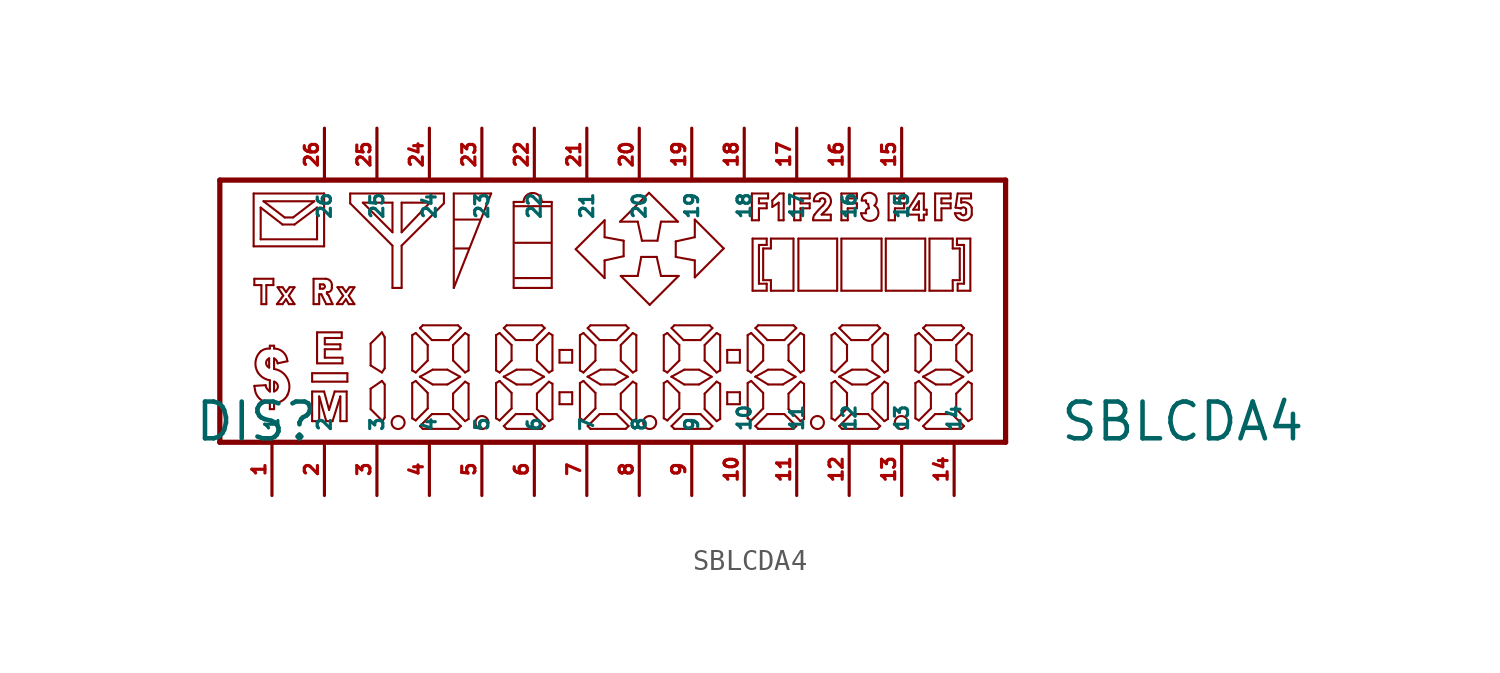
<source format=kicad_sym>
(kicad_symbol_lib
  (version 20220914)
  (generator Eagle2Kicad)
  (symbol "SBLCDA4"
    (property "Reference" "DIS"
      (at -19.05 -5.08 0)
      (effects (font (size 1.778 1.778) (thickness 0.22)) (justify left bottom)))
    (property "Value" "SBLCDA4"
      (at 22.86 -5.08 0)
      (effects (font (size 1.778 1.778) (thickness 0.22)) (justify left bottom)))
    (polyline
      (pts (xy -17.764 7.646) (xy 20.271 7.646))
      (stroke (width 0.254) (type default))
      (fill (type none)))
    (polyline
      (pts (xy 20.271 7.646) (xy 20.271 -5.043))
      (stroke (width 0.254) (type default))
      (fill (type none)))
    (polyline
      (pts (xy 20.271 -5.043) (xy -17.764 -5.043))
      (stroke (width 0.254) (type default))
      (fill (type none)))
    (polyline
      (pts (xy -17.764 -5.043) (xy -17.764 7.646))
      (stroke (width 0.254) (type default))
      (fill (type none)))
    (polyline
      (pts (xy -16.127 6.998) (xy -12.716 6.998))
      (stroke (width 0.102) (type default))
      (fill (type none)))
    (polyline
      (pts (xy -12.716 6.998) (xy -12.716 4.44))
      (stroke (width 0.102) (type default))
      (fill (type none)))
    (polyline
      (pts (xy -12.716 4.44) (xy -16.127 4.44))
      (stroke (width 0.102) (type default))
      (fill (type none)))
    (polyline
      (pts (xy -16.127 4.44) (xy -16.127 6.998))
      (stroke (width 0.102) (type default))
      (fill (type none)))
    (polyline
      (pts (xy -15.649 6.623) (xy -13.193 6.623))
      (stroke (width 0.102) (type default))
      (fill (type none)))
    (polyline
      (pts (xy -13.193 6.623) (xy -14.217 5.839))
      (stroke (width 0.102) (type default))
      (fill (type none)))
    (polyline
      (pts (xy -14.217 5.839) (xy -14.626 5.839))
      (stroke (width 0.102) (type default))
      (fill (type none)))
    (polyline
      (pts (xy -14.626 5.839) (xy -15.649 6.623))
      (stroke (width 0.102) (type default))
      (fill (type none)))
    (polyline
      (pts (xy -15.786 6.316) (xy -14.728 5.497))
      (stroke (width 0.102) (type default))
      (fill (type none)))
    (polyline
      (pts (xy -14.728 5.497) (xy -14.149 5.497))
      (stroke (width 0.102) (type default))
      (fill (type none)))
    (polyline
      (pts (xy -14.149 5.497) (xy -13.057 6.316))
      (stroke (width 0.102) (type default))
      (fill (type none)))
    (polyline
      (pts (xy -13.057 6.316) (xy -13.057 4.781))
      (stroke (width 0.102) (type default))
      (fill (type none)))
    (polyline
      (pts (xy -13.057 4.781) (xy -15.786 4.781))
      (stroke (width 0.102) (type default))
      (fill (type none)))
    (polyline
      (pts (xy -15.786 4.781) (xy -15.786 6.316))
      (stroke (width 0.102) (type default))
      (fill (type none)))
    (polyline
      (pts (xy -11.454 6.998) (xy -6.917 6.998))
      (stroke (width 0.102) (type default))
      (fill (type none)))
    (polyline
      (pts (xy -6.917 6.998) (xy -6.917 6.521))
      (stroke (width 0.102) (type default))
      (fill (type none)))
    (polyline
      (pts (xy -6.917 6.521) (xy -8.963 4.474))
      (stroke (width 0.102) (type default))
      (fill (type none)))
    (polyline
      (pts (xy -8.963 4.474) (xy -8.963 2.427))
      (stroke (width 0.102) (type default))
      (fill (type none)))
    (polyline
      (pts (xy -8.963 2.427) (xy -9.407 2.427))
      (stroke (width 0.102) (type default))
      (fill (type none)))
    (polyline
      (pts (xy -9.407 2.427) (xy -9.407 4.474))
      (stroke (width 0.102) (type default))
      (fill (type none)))
    (polyline
      (pts (xy -9.407 4.474) (xy -11.454 6.521))
      (stroke (width 0.102) (type default))
      (fill (type none)))
    (polyline
      (pts (xy -11.454 6.521) (xy -11.454 6.998))
      (stroke (width 0.102) (type default))
      (fill (type none)))
    (polyline
      (pts (xy -10.84 6.555) (xy -9.407 6.555))
      (stroke (width 0.102) (type default))
      (fill (type none)))
    (polyline
      (pts (xy -9.407 6.555) (xy -9.407 5.122))
      (stroke (width 0.102) (type default))
      (fill (type none)))
    (polyline
      (pts (xy -9.407 5.122) (xy -10.84 6.555))
      (stroke (width 0.102) (type default))
      (fill (type none)))
    (polyline
      (pts (xy -8.963 6.555) (xy -7.599 6.555))
      (stroke (width 0.102) (type default))
      (fill (type none)))
    (polyline
      (pts (xy -7.599 6.555) (xy -8.963 5.122))
      (stroke (width 0.102) (type default))
      (fill (type none)))
    (polyline
      (pts (xy -8.963 5.122) (xy -8.963 6.555))
      (stroke (width 0.102) (type default))
      (fill (type none)))
    (polyline
      (pts (xy -6.439 6.998) (xy -4.631 6.998))
      (stroke (width 0.102) (type default))
      (fill (type none)))
    (polyline
      (pts (xy -4.631 6.998) (xy -6.439 2.427))
      (stroke (width 0.102) (type default))
      (fill (type none)))
    (polyline
      (pts (xy -6.439 2.427) (xy -6.439 6.998))
      (stroke (width 0.102) (type default))
      (fill (type none)))
    (polyline
      (pts (xy -3.54 6.589) (xy -3.062 6.589))
      (stroke (width 0.102) (type default))
      (fill (type none)))
    (arc
      (start -2.1751 6.589)
      (mid -2.619 7.032)
      (end -3.062 6.589)
      (stroke (width 0.1016) (type default))
      (fill (type none)))
    (polyline
      (pts (xy -2.175 6.589) (xy -1.698 6.589))
      (stroke (width 0.102) (type default))
      (fill (type none)))
    (polyline
      (pts (xy -1.698 6.589) (xy -1.698 2.427))
      (stroke (width 0.102) (type default))
      (fill (type none)))
    (polyline
      (pts (xy -1.698 2.427) (xy -3.54 2.427))
      (stroke (width 0.102) (type default))
      (fill (type none)))
    (polyline
      (pts (xy -3.54 2.427) (xy -3.54 6.589))
      (stroke (width 0.102) (type default))
      (fill (type none)))
    (polyline
      (pts (xy -3.505 6.384) (xy -1.766 6.384))
      (stroke (width 0.102) (type default))
      (fill (type none)))
    (polyline
      (pts (xy -3.471 4.611) (xy -1.732 4.611))
      (stroke (width 0.102) (type default))
      (fill (type none)))
    (polyline
      (pts (xy -3.471 2.905) (xy -1.766 2.905))
      (stroke (width 0.102) (type default))
      (fill (type none)))
    (polyline
      (pts (xy -0.538 4.303) (xy 0.861 5.702))
      (stroke (width 0.102) (type default))
      (fill (type none)))
    (polyline
      (pts (xy 0.861 5.702) (xy 0.861 4.883))
      (stroke (width 0.102) (type default))
      (fill (type none)))
    (polyline
      (pts (xy 0.861 4.883) (xy 1.782 4.713))
      (stroke (width 0.102) (type default))
      (fill (type none)))
    (polyline
      (pts (xy 1.782 4.713) (xy 1.782 3.962))
      (stroke (width 0.102) (type default))
      (fill (type none)))
    (polyline
      (pts (xy 1.782 3.962) (xy 0.861 3.758))
      (stroke (width 0.102) (type default))
      (fill (type none)))
    (polyline
      (pts (xy 0.861 3.758) (xy 0.861 2.905))
      (stroke (width 0.102) (type default))
      (fill (type none)))
    (polyline
      (pts (xy 0.861 2.905) (xy -0.538 4.303))
      (stroke (width 0.102) (type default))
      (fill (type none)))
    (polyline
      (pts (xy 3.044 1.609) (xy 1.645 3.007))
      (stroke (width 0.102) (type default))
      (fill (type none)))
    (polyline
      (pts (xy 1.645 3.007) (xy 2.464 3.007))
      (stroke (width 0.102) (type default))
      (fill (type none)))
    (polyline
      (pts (xy 2.464 3.007) (xy 2.635 3.928))
      (stroke (width 0.102) (type default))
      (fill (type none)))
    (polyline
      (pts (xy 2.635 3.928) (xy 3.385 3.928))
      (stroke (width 0.102) (type default))
      (fill (type none)))
    (polyline
      (pts (xy 3.385 3.928) (xy 3.59 3.007))
      (stroke (width 0.102) (type default))
      (fill (type none)))
    (polyline
      (pts (xy 3.59 3.007) (xy 4.443 3.007))
      (stroke (width 0.102) (type default))
      (fill (type none)))
    (polyline
      (pts (xy 4.443 3.007) (xy 3.044 1.609))
      (stroke (width 0.102) (type default))
      (fill (type none)))
    (polyline
      (pts (xy 6.626 4.338) (xy 5.227 2.939))
      (stroke (width 0.102) (type default))
      (fill (type none)))
    (polyline
      (pts (xy 5.227 2.939) (xy 5.227 3.758))
      (stroke (width 0.102) (type default))
      (fill (type none)))
    (polyline
      (pts (xy 5.227 3.758) (xy 4.306 3.928))
      (stroke (width 0.102) (type default))
      (fill (type none)))
    (polyline
      (pts (xy 4.306 3.928) (xy 4.306 4.679))
      (stroke (width 0.102) (type default))
      (fill (type none)))
    (polyline
      (pts (xy 4.306 4.679) (xy 5.227 4.883))
      (stroke (width 0.102) (type default))
      (fill (type none)))
    (polyline
      (pts (xy 5.227 4.883) (xy 5.227 5.736))
      (stroke (width 0.102) (type default))
      (fill (type none)))
    (polyline
      (pts (xy 5.227 5.736) (xy 6.626 4.338))
      (stroke (width 0.102) (type default))
      (fill (type none)))
    (polyline
      (pts (xy 3.01 7.032) (xy 4.409 5.634))
      (stroke (width 0.102) (type default))
      (fill (type none)))
    (polyline
      (pts (xy 4.409 5.634) (xy 3.59 5.634))
      (stroke (width 0.102) (type default))
      (fill (type none)))
    (polyline
      (pts (xy 3.59 5.634) (xy 3.419 4.713))
      (stroke (width 0.102) (type default))
      (fill (type none)))
    (polyline
      (pts (xy 3.419 4.713) (xy 2.669 4.713))
      (stroke (width 0.102) (type default))
      (fill (type none)))
    (polyline
      (pts (xy 2.669 4.713) (xy 2.464 5.634))
      (stroke (width 0.102) (type default))
      (fill (type none)))
    (polyline
      (pts (xy 2.464 5.634) (xy 1.611 5.634))
      (stroke (width 0.102) (type default))
      (fill (type none)))
    (polyline
      (pts (xy 1.611 5.634) (xy 3.01 7.032))
      (stroke (width 0.102) (type default))
      (fill (type none)))
    (polyline
      (pts (xy 7.99 5.702) (xy 7.99 6.998))
      (stroke (width 0.102) (type default))
      (fill (type none)))
    (polyline
      (pts (xy 7.99 6.998) (xy 8.775 6.998))
      (stroke (width 0.102) (type default))
      (fill (type none)))
    (polyline
      (pts (xy 8.775 6.998) (xy 8.775 6.76))
      (stroke (width 0.102) (type default))
      (fill (type none)))
    (polyline
      (pts (xy 8.775 6.76) (xy 8.332 6.76))
      (stroke (width 0.102) (type default))
      (fill (type none)))
    (polyline
      (pts (xy 8.332 6.76) (xy 8.332 6.521))
      (stroke (width 0.102) (type default))
      (fill (type none)))
    (polyline
      (pts (xy 8.332 6.521) (xy 8.707 6.521))
      (stroke (width 0.102) (type default))
      (fill (type none)))
    (polyline
      (pts (xy 8.707 6.521) (xy 8.707 6.282))
      (stroke (width 0.102) (type default))
      (fill (type none)))
    (polyline
      (pts (xy 8.707 6.282) (xy 8.332 6.282))
      (stroke (width 0.102) (type default))
      (fill (type none)))
    (polyline
      (pts (xy 8.332 6.282) (xy 8.332 5.702))
      (stroke (width 0.102) (type default))
      (fill (type none)))
    (polyline
      (pts (xy 8.332 5.702) (xy 7.99 5.702))
      (stroke (width 0.102) (type default))
      (fill (type none)))
    (polyline
      (pts (xy 8.98 6.657) (xy 9.321 6.998))
      (stroke (width 0.102) (type default))
      (fill (type none)))
    (polyline
      (pts (xy 9.321 6.998) (xy 9.525 6.998))
      (stroke (width 0.102) (type default))
      (fill (type none)))
    (polyline
      (pts (xy 9.525 6.998) (xy 9.525 5.702))
      (stroke (width 0.102) (type default))
      (fill (type none)))
    (polyline
      (pts (xy 9.525 5.702) (xy 9.287 5.702))
      (stroke (width 0.102) (type default))
      (fill (type none)))
    (polyline
      (pts (xy 9.287 5.702) (xy 9.287 6.555))
      (stroke (width 0.102) (type default))
      (fill (type none)))
    (polyline
      (pts (xy 9.287 6.555) (xy 8.98 6.35))
      (stroke (width 0.102) (type default))
      (fill (type none)))
    (polyline
      (pts (xy 8.98 6.35) (xy 8.98 6.657))
      (stroke (width 0.102) (type default))
      (fill (type none)))
    (polyline
      (pts (xy 10.037 6.998) (xy 10.788 6.998))
      (stroke (width 0.102) (type default))
      (fill (type none)))
    (polyline
      (pts (xy 10.788 6.998) (xy 10.788 6.76))
      (stroke (width 0.102) (type default))
      (fill (type none)))
    (polyline
      (pts (xy 10.788 6.76) (xy 10.344 6.76))
      (stroke (width 0.102) (type default))
      (fill (type none)))
    (polyline
      (pts (xy 10.344 6.76) (xy 10.344 6.521))
      (stroke (width 0.102) (type default))
      (fill (type none)))
    (polyline
      (pts (xy 10.344 6.521) (xy 10.788 6.521))
      (stroke (width 0.102) (type default))
      (fill (type none)))
    (polyline
      (pts (xy 10.788 6.521) (xy 10.788 6.282))
      (stroke (width 0.102) (type default))
      (fill (type none)))
    (polyline
      (pts (xy 10.788 6.282) (xy 10.344 6.282))
      (stroke (width 0.102) (type default))
      (fill (type none)))
    (polyline
      (pts (xy 10.344 6.282) (xy 10.344 5.702))
      (stroke (width 0.102) (type default))
      (fill (type none)))
    (polyline
      (pts (xy 10.344 5.702) (xy 10.037 5.702))
      (stroke (width 0.102) (type default))
      (fill (type none)))
    (polyline
      (pts (xy 10.037 5.702) (xy 10.037 6.998))
      (stroke (width 0.102) (type default))
      (fill (type none)))
    (polyline
      (pts (xy 11.811 5.975) (xy 11.811 5.702))
      (stroke (width 0.102) (type default))
      (fill (type none)))
    (polyline
      (pts (xy 11.811 5.702) (xy 10.958 5.702))
      (stroke (width 0.102) (type default))
      (fill (type none)))
    (polyline
      (pts (xy 10.958 5.702) (xy 10.958 5.77))
      (stroke (width 0.102) (type default))
      (fill (type none)))
    (arc
      (start 11.0263 5.975)
      (mid 10.976 5.878)
      (end 10.9581 5.7703)
      (stroke (width 0.1016) (type default))
      (fill (type none)))
    (arc
      (start 11.4357 6.4185)
      (mid 11.220 6.207)
      (end 11.0263 5.975)
      (stroke (width 0.1016) (type default))
      (fill (type none)))
    (arc
      (start 11.4357 6.4185)
      (mid 11.500 6.496)
      (end 11.538 6.589)
      (stroke (width 0.1016) (type default))
      (fill (type none)))
    (arc
      (start 11.538 6.589)
      (mid 11.538 6.661)
      (end 11.5039 6.7255)
      (stroke (width 0.1016) (type default))
      (fill (type none)))
    (arc
      (start 11.5039 6.7255)
      (mid 11.402 6.772)
      (end 11.2992 6.7255)
      (stroke (width 0.1016) (type default))
      (fill (type none)))
    (arc
      (start 11.2992 6.7255)
      (mid 11.272 6.678)
      (end 11.2651 6.6231)
      (stroke (width 0.1016) (type default))
      (fill (type none)))
    (polyline
      (pts (xy 11.265 6.623) (xy 10.992 6.623))
      (stroke (width 0.102) (type default))
      (fill (type none)))
    (polyline
      (pts (xy 10.992 6.623) (xy 10.992 6.657))
      (stroke (width 0.102) (type default))
      (fill (type none)))
    (arc
      (start 11.1628 6.9643)
      (mid 11.038 6.833)
      (end 10.9922 6.6573)
      (stroke (width 0.1016) (type default))
      (fill (type none)))
    (arc
      (start 11.6745 6.9301)
      (mid 11.424 7.030)
      (end 11.1628 6.9643)
      (stroke (width 0.1016) (type default))
      (fill (type none)))
    (arc
      (start 11.7768 6.4526)
      (mid 11.809 6.709)
      (end 11.6745 6.9301)
      (stroke (width 0.1016) (type default))
      (fill (type none)))
    (arc
      (start 11.6063 6.2138)
      (mid 11.701 6.326)
      (end 11.7768 6.4526)
      (stroke (width 0.1016) (type default))
      (fill (type none)))
    (arc
      (start 11.4698 6.0773)
      (mid 11.538 6.145)
      (end 11.6063 6.2138)
      (stroke (width 0.1016) (type default))
      (fill (type none)))
    (arc
      (start 11.4698 6.0773)
      (mid 11.436 6.043)
      (end 11.4016 6.0091)
      (stroke (width 0.1016) (type default))
      (fill (type none)))
    (polyline
      (pts (xy 11.402 6.009) (xy 11.367 5.975))
      (stroke (width 0.102) (type default))
      (fill (type none)))
    (polyline
      (pts (xy 11.367 5.975) (xy 11.811 5.975))
      (stroke (width 0.102) (type default))
      (fill (type none)))
    (polyline
      (pts (xy 12.323 6.998) (xy 13.073 6.998))
      (stroke (width 0.102) (type default))
      (fill (type none)))
    (polyline
      (pts (xy 13.073 6.998) (xy 13.073 6.76))
      (stroke (width 0.102) (type default))
      (fill (type none)))
    (polyline
      (pts (xy 13.073 6.76) (xy 12.63 6.76))
      (stroke (width 0.102) (type default))
      (fill (type none)))
    (polyline
      (pts (xy 12.63 6.76) (xy 12.63 6.521))
      (stroke (width 0.102) (type default))
      (fill (type none)))
    (polyline
      (pts (xy 12.63 6.521) (xy 13.073 6.521))
      (stroke (width 0.102) (type default))
      (fill (type none)))
    (polyline
      (pts (xy 13.073 6.521) (xy 13.073 6.282))
      (stroke (width 0.102) (type default))
      (fill (type none)))
    (polyline
      (pts (xy 13.073 6.282) (xy 12.63 6.282))
      (stroke (width 0.102) (type default))
      (fill (type none)))
    (polyline
      (pts (xy 12.63 6.282) (xy 12.63 5.702))
      (stroke (width 0.102) (type default))
      (fill (type none)))
    (polyline
      (pts (xy 12.63 5.702) (xy 12.323 5.702))
      (stroke (width 0.102) (type default))
      (fill (type none)))
    (polyline
      (pts (xy 12.323 5.702) (xy 12.323 6.998))
      (stroke (width 0.102) (type default))
      (fill (type none)))
    (polyline
      (pts (xy 14.608 6.998) (xy 15.359 6.998))
      (stroke (width 0.102) (type default))
      (fill (type none)))
    (polyline
      (pts (xy 15.359 6.998) (xy 15.359 6.76))
      (stroke (width 0.102) (type default))
      (fill (type none)))
    (polyline
      (pts (xy 15.359 6.76) (xy 14.915 6.76))
      (stroke (width 0.102) (type default))
      (fill (type none)))
    (polyline
      (pts (xy 14.915 6.76) (xy 14.915 6.521))
      (stroke (width 0.102) (type default))
      (fill (type none)))
    (polyline
      (pts (xy 14.915 6.521) (xy 15.359 6.521))
      (stroke (width 0.102) (type default))
      (fill (type none)))
    (polyline
      (pts (xy 15.359 6.521) (xy 15.359 6.282))
      (stroke (width 0.102) (type default))
      (fill (type none)))
    (polyline
      (pts (xy 15.359 6.282) (xy 14.915 6.282))
      (stroke (width 0.102) (type default))
      (fill (type none)))
    (polyline
      (pts (xy 14.915 6.282) (xy 14.915 5.702))
      (stroke (width 0.102) (type default))
      (fill (type none)))
    (polyline
      (pts (xy 14.915 5.702) (xy 14.608 5.702))
      (stroke (width 0.102) (type default))
      (fill (type none)))
    (polyline
      (pts (xy 14.608 5.702) (xy 14.608 6.998))
      (stroke (width 0.102) (type default))
      (fill (type none)))
    (polyline
      (pts (xy 16.86 6.998) (xy 17.61 6.998))
      (stroke (width 0.102) (type default))
      (fill (type none)))
    (polyline
      (pts (xy 17.61 6.998) (xy 17.61 6.76))
      (stroke (width 0.102) (type default))
      (fill (type none)))
    (polyline
      (pts (xy 17.61 6.76) (xy 17.166 6.76))
      (stroke (width 0.102) (type default))
      (fill (type none)))
    (polyline
      (pts (xy 17.166 6.76) (xy 17.166 6.521))
      (stroke (width 0.102) (type default))
      (fill (type none)))
    (polyline
      (pts (xy 17.166 6.521) (xy 17.61 6.521))
      (stroke (width 0.102) (type default))
      (fill (type none)))
    (polyline
      (pts (xy 17.61 6.521) (xy 17.61 6.282))
      (stroke (width 0.102) (type default))
      (fill (type none)))
    (polyline
      (pts (xy 17.61 6.282) (xy 17.166 6.282))
      (stroke (width 0.102) (type default))
      (fill (type none)))
    (polyline
      (pts (xy 17.166 6.282) (xy 17.166 5.702))
      (stroke (width 0.102) (type default))
      (fill (type none)))
    (polyline
      (pts (xy 17.166 5.702) (xy 16.86 5.702))
      (stroke (width 0.102) (type default))
      (fill (type none)))
    (polyline
      (pts (xy 16.86 5.702) (xy 16.86 6.998))
      (stroke (width 0.102) (type default))
      (fill (type none)))
    (polyline
      (pts (xy 13.517 6.657) (xy 13.312 6.657))
      (stroke (width 0.102) (type default))
      (fill (type none)))
    (polyline
      (pts (xy 13.312 6.657) (xy 13.312 6.691))
      (stroke (width 0.102) (type default))
      (fill (type none)))
    (arc
      (start 13.4142 6.9301)
      (mid 13.339 6.821)
      (end 13.3119 6.6914)
      (stroke (width 0.1016) (type default))
      (fill (type none)))
    (arc
      (start 13.9259 6.9301)
      (mid 13.670 7.032)
      (end 13.4142 6.9301)
      (stroke (width 0.1016) (type default))
      (fill (type none)))
    (arc
      (start 13.96 6.4526)
      (mid 14.035 6.698)
      (end 13.9259 6.9301)
      (stroke (width 0.1016) (type default))
      (fill (type none)))
    (polyline
      (pts (xy 13.96 6.453) (xy 13.926 6.418))
      (stroke (width 0.102) (type default))
      (fill (type none)))
    (arc
      (start 13.9941 5.7703)
      (mid 14.113 6.110)
      (end 13.9259 6.4185)
      (stroke (width 0.1016) (type default))
      (fill (type none)))
    (arc
      (start 13.4142 5.7703)
      (mid 13.704 5.671)
      (end 13.9941 5.7703)
      (stroke (width 0.1016) (type default))
      (fill (type none)))
    (arc
      (start 13.2778 6.0432)
      (mid 13.324 5.896)
      (end 13.4142 5.7703)
      (stroke (width 0.1016) (type default))
      (fill (type none)))
    (polyline
      (pts (xy 13.278 6.043) (xy 13.517 6.043))
      (stroke (width 0.102) (type default))
      (fill (type none)))
    (arc
      (start 13.653 6.282)
      (mid 13.529 6.195)
      (end 13.5165 6.0432)
      (stroke (width 0.1016) (type default))
      (fill (type none)))
    (polyline
      (pts (xy 13.653 6.282) (xy 13.619 6.487))
      (stroke (width 0.102) (type default))
      (fill (type none)))
    (arc
      (start 13.5165 6.6573)
      (mid 13.529 6.549)
      (end 13.6189 6.4867)
      (stroke (width 0.1016) (type default))
      (fill (type none)))
    (polyline
      (pts (xy 15.563 5.975) (xy 15.563 6.248))
      (stroke (width 0.102) (type default))
      (fill (type none)))
    (polyline
      (pts (xy 15.563 6.248) (xy 16.041 6.998))
      (stroke (width 0.102) (type default))
      (fill (type none)))
    (polyline
      (pts (xy 16.041 6.998) (xy 16.314 6.998))
      (stroke (width 0.102) (type default))
      (fill (type none)))
    (polyline
      (pts (xy 16.314 6.998) (xy 16.314 6.214))
      (stroke (width 0.102) (type default))
      (fill (type none)))
    (polyline
      (pts (xy 16.314 6.214) (xy 16.45 6.214))
      (stroke (width 0.102) (type default))
      (fill (type none)))
    (polyline
      (pts (xy 16.45 6.214) (xy 16.45 5.975))
      (stroke (width 0.102) (type default))
      (fill (type none)))
    (polyline
      (pts (xy 16.45 5.975) (xy 16.314 5.975))
      (stroke (width 0.102) (type default))
      (fill (type none)))
    (polyline
      (pts (xy 16.314 5.975) (xy 16.314 5.702))
      (stroke (width 0.102) (type default))
      (fill (type none)))
    (polyline
      (pts (xy 16.314 5.702) (xy 16.075 5.702))
      (stroke (width 0.102) (type default))
      (fill (type none)))
    (polyline
      (pts (xy 16.075 5.702) (xy 16.075 5.975))
      (stroke (width 0.102) (type default))
      (fill (type none)))
    (polyline
      (pts (xy 16.075 5.975) (xy 15.563 5.975))
      (stroke (width 0.102) (type default))
      (fill (type none)))
    (polyline
      (pts (xy 15.802 6.214) (xy 16.075 6.214))
      (stroke (width 0.102) (type default))
      (fill (type none)))
    (polyline
      (pts (xy 16.075 6.214) (xy 16.075 6.623))
      (stroke (width 0.102) (type default))
      (fill (type none)))
    (polyline
      (pts (xy 16.075 6.623) (xy 15.802 6.214))
      (stroke (width 0.102) (type default))
      (fill (type none)))
    (polyline
      (pts (xy 18.599 6.998) (xy 18.599 6.76))
      (stroke (width 0.102) (type default))
      (fill (type none)))
    (polyline
      (pts (xy 18.599 6.76) (xy 18.122 6.76))
      (stroke (width 0.102) (type default))
      (fill (type none)))
    (polyline
      (pts (xy 18.122 6.76) (xy 18.122 6.555))
      (stroke (width 0.102) (type default))
      (fill (type none)))
    (arc
      (start 18.6334 6.3161)
      (mid 18.427 6.542)
      (end 18.1217 6.5549)
      (stroke (width 0.1016) (type default))
      (fill (type none)))
    (polyline
      (pts (xy 18.633 6.316) (xy 18.633 5.975))
      (stroke (width 0.102) (type default))
      (fill (type none)))
    (arc
      (start 18.2581 5.7021)
      (mid 18.496 5.769)
      (end 18.6334 5.975)
      (stroke (width 0.1016) (type default))
      (fill (type none)))
    (arc
      (start 17.8147 6.0432)
      (mid 17.971 5.788)
      (end 18.2581 5.7021)
      (stroke (width 0.1016) (type default))
      (fill (type none)))
    (polyline
      (pts (xy 17.815 6.043) (xy 18.088 6.043))
      (stroke (width 0.102) (type default))
      (fill (type none)))
    (arc
      (start 18.0876 6.0432)
      (mid 18.142 5.974)
      (end 18.224 5.9409)
      (stroke (width 0.1016) (type default))
      (fill (type none)))
    (arc
      (start 18.224 5.9409)
      (mid 18.309 5.969)
      (end 18.3605 6.0432)
      (stroke (width 0.1016) (type default))
      (fill (type none)))
    (polyline
      (pts (xy 18.36 6.043) (xy 18.36 6.248))
      (stroke (width 0.102) (type default))
      (fill (type none)))
    (arc
      (start 18.3605 6.2479)
      (mid 18.251 6.333)
      (end 18.1217 6.282)
      (stroke (width 0.1016) (type default))
      (fill (type none)))
    (polyline
      (pts (xy 18.122 6.282) (xy 18.088 6.282))
      (stroke (width 0.102) (type default))
      (fill (type none)))
    (polyline
      (pts (xy 18.088 6.282) (xy 17.849 6.316))
      (stroke (width 0.102) (type default))
      (fill (type none)))
    (polyline
      (pts (xy 17.849 6.316) (xy 17.951 6.998))
      (stroke (width 0.102) (type default))
      (fill (type none)))
    (polyline
      (pts (xy 17.951 6.998) (xy 18.599 6.998))
      (stroke (width 0.102) (type default))
      (fill (type none)))
    (polyline
      (pts (xy 17.951 2.291) (xy 17.951 2.632))
      (stroke (width 0.102) (type default))
      (fill (type none)))
    (polyline
      (pts (xy 17.951 2.632) (xy 18.258 2.632))
      (stroke (width 0.102) (type default))
      (fill (type none)))
    (polyline
      (pts (xy 18.258 2.632) (xy 18.258 4.508))
      (stroke (width 0.102) (type default))
      (fill (type none)))
    (polyline
      (pts (xy 18.258 4.508) (xy 17.917 4.508))
      (stroke (width 0.102) (type default))
      (fill (type none)))
    (polyline
      (pts (xy 17.917 4.508) (xy 17.917 4.815))
      (stroke (width 0.102) (type default))
      (fill (type none)))
    (polyline
      (pts (xy 17.917 4.815) (xy 18.565 4.815))
      (stroke (width 0.102) (type default))
      (fill (type none)))
    (polyline
      (pts (xy 18.565 4.815) (xy 18.565 2.291))
      (stroke (width 0.102) (type default))
      (fill (type none)))
    (polyline
      (pts (xy 18.565 2.291) (xy 17.951 2.291))
      (stroke (width 0.102) (type default))
      (fill (type none)))
    (polyline
      (pts (xy 17.712 2.291) (xy 17.712 2.803))
      (stroke (width 0.102) (type default))
      (fill (type none)))
    (polyline
      (pts (xy 17.712 2.803) (xy 18.053 2.803))
      (stroke (width 0.102) (type default))
      (fill (type none)))
    (polyline
      (pts (xy 18.053 2.803) (xy 18.053 4.338))
      (stroke (width 0.102) (type default))
      (fill (type none)))
    (polyline
      (pts (xy 18.053 4.338) (xy 17.712 4.338))
      (stroke (width 0.102) (type default))
      (fill (type none)))
    (polyline
      (pts (xy 17.712 4.338) (xy 17.712 4.815))
      (stroke (width 0.102) (type default))
      (fill (type none)))
    (polyline
      (pts (xy 17.712 4.815) (xy 16.587 4.815))
      (stroke (width 0.102) (type default))
      (fill (type none)))
    (polyline
      (pts (xy 16.587 4.815) (xy 16.587 2.291))
      (stroke (width 0.102) (type default))
      (fill (type none)))
    (polyline
      (pts (xy 16.587 2.291) (xy 17.712 2.291))
      (stroke (width 0.102) (type default))
      (fill (type none)))
    (polyline
      (pts (xy 16.382 4.815) (xy 14.472 4.815))
      (stroke (width 0.102) (type default))
      (fill (type none)))
    (polyline
      (pts (xy 14.472 4.815) (xy 14.472 2.291))
      (stroke (width 0.102) (type default))
      (fill (type none)))
    (polyline
      (pts (xy 14.472 2.291) (xy 16.382 2.291))
      (stroke (width 0.102) (type default))
      (fill (type none)))
    (polyline
      (pts (xy 16.382 2.291) (xy 16.382 4.815))
      (stroke (width 0.102) (type default))
      (fill (type none)))
    (polyline
      (pts (xy 14.267 2.291) (xy 14.267 4.815))
      (stroke (width 0.102) (type default))
      (fill (type none)))
    (polyline
      (pts (xy 14.267 4.815) (xy 12.323 4.815))
      (stroke (width 0.102) (type default))
      (fill (type none)))
    (polyline
      (pts (xy 12.323 4.815) (xy 12.323 2.291))
      (stroke (width 0.102) (type default))
      (fill (type none)))
    (polyline
      (pts (xy 12.323 2.291) (xy 14.267 2.291))
      (stroke (width 0.102) (type default))
      (fill (type none)))
    (polyline
      (pts (xy 12.118 2.291) (xy 12.118 4.815))
      (stroke (width 0.102) (type default))
      (fill (type none)))
    (polyline
      (pts (xy 12.118 4.815) (xy 10.242 4.815))
      (stroke (width 0.102) (type default))
      (fill (type none)))
    (polyline
      (pts (xy 10.242 4.815) (xy 10.242 2.291))
      (stroke (width 0.102) (type default))
      (fill (type none)))
    (polyline
      (pts (xy 10.242 2.291) (xy 12.118 2.291))
      (stroke (width 0.102) (type default))
      (fill (type none)))
    (polyline
      (pts (xy 10.003 2.291) (xy 10.003 4.815))
      (stroke (width 0.102) (type default))
      (fill (type none)))
    (polyline
      (pts (xy 10.003 4.815) (xy 8.911 4.815))
      (stroke (width 0.102) (type default))
      (fill (type none)))
    (polyline
      (pts (xy 8.911 4.815) (xy 8.911 4.338))
      (stroke (width 0.102) (type default))
      (fill (type none)))
    (polyline
      (pts (xy 8.911 4.338) (xy 8.536 4.338))
      (stroke (width 0.102) (type default))
      (fill (type none)))
    (polyline
      (pts (xy 8.536 4.338) (xy 8.536 2.803))
      (stroke (width 0.102) (type default))
      (fill (type none)))
    (polyline
      (pts (xy 8.536 2.803) (xy 8.911 2.803))
      (stroke (width 0.102) (type default))
      (fill (type none)))
    (polyline
      (pts (xy 8.911 2.803) (xy 8.911 2.291))
      (stroke (width 0.102) (type default))
      (fill (type none)))
    (polyline
      (pts (xy 8.911 2.291) (xy 10.003 2.291))
      (stroke (width 0.102) (type default))
      (fill (type none)))
    (polyline
      (pts (xy 8.707 2.291) (xy 8.707 2.632))
      (stroke (width 0.102) (type default))
      (fill (type none)))
    (polyline
      (pts (xy 8.707 2.632) (xy 8.332 2.632))
      (stroke (width 0.102) (type default))
      (fill (type none)))
    (polyline
      (pts (xy 8.332 2.632) (xy 8.332 4.508))
      (stroke (width 0.102) (type default))
      (fill (type none)))
    (polyline
      (pts (xy 8.332 4.508) (xy 8.707 4.508))
      (stroke (width 0.102) (type default))
      (fill (type none)))
    (polyline
      (pts (xy 8.707 4.508) (xy 8.707 4.815))
      (stroke (width 0.102) (type default))
      (fill (type none)))
    (polyline
      (pts (xy 8.707 4.815) (xy 8.024 4.815))
      (stroke (width 0.102) (type default))
      (fill (type none)))
    (polyline
      (pts (xy 8.024 4.815) (xy 8.024 2.291))
      (stroke (width 0.102) (type default))
      (fill (type none)))
    (polyline
      (pts (xy 8.024 2.291) (xy 8.707 2.291))
      (stroke (width 0.102) (type default))
      (fill (type none)))
    (polyline
      (pts (xy -15.342 -0.37) (xy -15.342 -0.506))
      (stroke (width 0.102) (type default))
      (fill (type none)))
    (arc
      (start -15.3424 -0.5063)
      (mid -15.577 -0.532)
      (end -15.7858 -0.6428)
      (stroke (width 0.1016) (type default))
      (fill (type none)))
    (arc
      (start -15.7858 -0.6428)
      (mid -16.034 -1.130)
      (end -15.9223 -1.6661)
      (stroke (width 0.1016) (type default))
      (fill (type none)))
    (arc
      (start -15.9223 -1.6661)
      (mid -15.673 -1.916)
      (end -15.3424 -2.0414)
      (stroke (width 0.1016) (type default))
      (fill (type none)))
    (polyline
      (pts (xy -15.342 -2.041) (xy -15.342 -2.587))
      (stroke (width 0.102) (type default))
      (fill (type none)))
    (polyline
      (pts (xy -15.342 -2.587) (xy -15.377 -2.553))
      (stroke (width 0.102) (type default))
      (fill (type none)))
    (arc
      (start -15.5471 -2.2801)
      (mid -15.490 -2.434)
      (end -15.3765 -2.553)
      (stroke (width 0.1016) (type default))
      (fill (type none)))
    (polyline
      (pts (xy -15.547 -2.28) (xy -16.093 -2.314))
      (stroke (width 0.102) (type default))
      (fill (type none)))
    (polyline
      (pts (xy -16.093 -2.314) (xy -16.059 -2.519))
      (stroke (width 0.102) (type default))
      (fill (type none)))
    (arc
      (start -16.0587 -2.5189)
      (mid -15.812 -2.956)
      (end -15.3424 -3.133)
      (stroke (width 0.1016) (type default))
      (fill (type none)))
    (polyline
      (pts (xy -15.342 -3.133) (xy -15.342 -3.44))
      (stroke (width 0.102) (type default))
      (fill (type none)))
    (polyline
      (pts (xy -15.342 -3.44) (xy -15.138 -3.44))
      (stroke (width 0.102) (type default))
      (fill (type none)))
    (polyline
      (pts (xy -15.138 -3.44) (xy -15.138 -3.133))
      (stroke (width 0.102) (type default))
      (fill (type none)))
    (polyline
      (pts (xy -15.138 -3.133) (xy -15.104 -3.133))
      (stroke (width 0.102) (type default))
      (fill (type none)))
    (arc
      (start -15.1036 -3.133)
      (mid -14.744 -3.032)
      (end -14.4896 -2.7577)
      (stroke (width 0.1016) (type default))
      (fill (type none)))
    (arc
      (start -14.4896 -2.7577)
      (mid -14.490 -1.960)
      (end -15.1377 -1.4956)
      (stroke (width 0.1016) (type default))
      (fill (type none)))
    (polyline
      (pts (xy -15.138 -1.496) (xy -15.138 -0.984))
      (stroke (width 0.102) (type default))
      (fill (type none)))
    (arc
      (start -14.9671 -1.2227)
      (mid -15.024 -1.083)
      (end -15.1377 -0.9839)
      (stroke (width 0.1016) (type default))
      (fill (type none)))
    (polyline
      (pts (xy -14.967 -1.223) (xy -14.49 -1.12))
      (stroke (width 0.102) (type default))
      (fill (type none)))
    (arc
      (start -14.4896 -1.1203)
      (mid -14.689 -0.682)
      (end -15.1377 -0.5063)
      (stroke (width 0.1016) (type default))
      (fill (type none)))
    (polyline
      (pts (xy -15.138 -0.506) (xy -15.138 -0.37))
      (stroke (width 0.102) (type default))
      (fill (type none)))
    (polyline
      (pts (xy -15.138 -0.37) (xy -15.342 -0.37))
      (stroke (width 0.102) (type default))
      (fill (type none)))
    (polyline
      (pts (xy -15.377 -1.427) (xy -15.377 -0.984))
      (stroke (width 0.102) (type default))
      (fill (type none)))
    (arc
      (start -15.3765 -0.9839)
      (mid -15.523 -1.206)
      (end -15.3765 -1.4274)
      (stroke (width 0.1016) (type default))
      (fill (type none)))
    (polyline
      (pts (xy -15.138 -2.587) (xy -15.138 -2.11))
      (stroke (width 0.102) (type default))
      (fill (type none)))
    (arc
      (start -15.1377 -2.5872)
      (mid -14.946 -2.348)
      (end -15.1377 -2.1096)
      (stroke (width 0.1016) (type default))
      (fill (type none)))
    (polyline
      (pts (xy -13.057 -1.223) (xy -13.057 0.278))
      (stroke (width 0.102) (type default))
      (fill (type none)))
    (polyline
      (pts (xy -13.057 0.278) (xy -11.863 0.278))
      (stroke (width 0.102) (type default))
      (fill (type none)))
    (polyline
      (pts (xy -11.863 0.278) (xy -11.863 0.005))
      (stroke (width 0.102) (type default))
      (fill (type none)))
    (polyline
      (pts (xy -11.863 0.005) (xy -12.682 0.005))
      (stroke (width 0.102) (type default))
      (fill (type none)))
    (polyline
      (pts (xy -12.682 0.005) (xy -12.682 -0.302))
      (stroke (width 0.102) (type default))
      (fill (type none)))
    (polyline
      (pts (xy -12.682 -0.302) (xy -11.931 -0.302))
      (stroke (width 0.102) (type default))
      (fill (type none)))
    (polyline
      (pts (xy -11.931 -0.302) (xy -11.931 -0.54))
      (stroke (width 0.102) (type default))
      (fill (type none)))
    (polyline
      (pts (xy -11.931 -0.54) (xy -12.682 -0.54))
      (stroke (width 0.102) (type default))
      (fill (type none)))
    (polyline
      (pts (xy -12.682 -0.54) (xy -12.682 -0.95))
      (stroke (width 0.102) (type default))
      (fill (type none)))
    (polyline
      (pts (xy -12.682 -0.95) (xy -11.829 -0.95))
      (stroke (width 0.102) (type default))
      (fill (type none)))
    (polyline
      (pts (xy -11.829 -0.95) (xy -11.829 -1.223))
      (stroke (width 0.102) (type default))
      (fill (type none)))
    (polyline
      (pts (xy -11.829 -1.223) (xy -13.057 -1.223))
      (stroke (width 0.102) (type default))
      (fill (type none)))
    (polyline
      (pts (xy -13.296 -1.7) (xy -11.59 -1.7))
      (stroke (width 0.102) (type default))
      (fill (type none)))
    (polyline
      (pts (xy -11.59 -1.7) (xy -11.59 -2.11))
      (stroke (width 0.102) (type default))
      (fill (type none)))
    (polyline
      (pts (xy -11.59 -2.11) (xy -13.296 -2.11))
      (stroke (width 0.102) (type default))
      (fill (type none)))
    (polyline
      (pts (xy -13.296 -2.11) (xy -13.296 -1.7))
      (stroke (width 0.102) (type default))
      (fill (type none)))
    (polyline
      (pts (xy -13.296 -4.02) (xy -13.296 -2.587))
      (stroke (width 0.102) (type default))
      (fill (type none)))
    (polyline
      (pts (xy -13.296 -2.587) (xy -12.716 -2.587))
      (stroke (width 0.102) (type default))
      (fill (type none)))
    (polyline
      (pts (xy -12.716 -2.587) (xy -12.477 -3.474))
      (stroke (width 0.102) (type default))
      (fill (type none)))
    (polyline
      (pts (xy -12.477 -3.474) (xy -12.204 -2.587))
      (stroke (width 0.102) (type default))
      (fill (type none)))
    (polyline
      (pts (xy -12.204 -2.587) (xy -11.624 -2.587))
      (stroke (width 0.102) (type default))
      (fill (type none)))
    (polyline
      (pts (xy -11.624 -2.587) (xy -11.624 -4.02))
      (stroke (width 0.102) (type default))
      (fill (type none)))
    (polyline
      (pts (xy -11.624 -4.02) (xy -11.931 -4.02))
      (stroke (width 0.102) (type default))
      (fill (type none)))
    (polyline
      (pts (xy -11.931 -4.02) (xy -11.931 -2.826))
      (stroke (width 0.102) (type default))
      (fill (type none)))
    (polyline
      (pts (xy -11.931 -2.826) (xy -12.306 -4.02))
      (stroke (width 0.102) (type default))
      (fill (type none)))
    (polyline
      (pts (xy -12.306 -4.02) (xy -12.613 -4.02))
      (stroke (width 0.102) (type default))
      (fill (type none)))
    (polyline
      (pts (xy -12.613 -4.02) (xy -12.954 -2.826))
      (stroke (width 0.102) (type default))
      (fill (type none)))
    (polyline
      (pts (xy -12.954 -2.826) (xy -12.954 -4.02))
      (stroke (width 0.102) (type default))
      (fill (type none)))
    (polyline
      (pts (xy -12.954 -4.02) (xy -13.296 -4.02))
      (stroke (width 0.102) (type default))
      (fill (type none)))
    (polyline
      (pts (xy -10.464 -3.44) (xy -9.884 -4.02))
      (stroke (width 0.102) (type default))
      (fill (type none)))
    (polyline
      (pts (xy -9.884 -4.02) (xy -9.782 -3.849))
      (stroke (width 0.102) (type default))
      (fill (type none)))
    (polyline
      (pts (xy -9.782 -3.849) (xy -9.782 -2.246))
      (stroke (width 0.102) (type default))
      (fill (type none)))
    (polyline
      (pts (xy -9.782 -2.246) (xy -9.918 -2.075))
      (stroke (width 0.102) (type default))
      (fill (type none)))
    (polyline
      (pts (xy -9.918 -2.075) (xy -10.464 -2.451))
      (stroke (width 0.102) (type default))
      (fill (type none)))
    (polyline
      (pts (xy -10.464 -2.451) (xy -10.464 -3.44))
      (stroke (width 0.102) (type default))
      (fill (type none)))
    (polyline
      (pts (xy -9.918 -1.666) (xy -10.464 -1.325))
      (stroke (width 0.102) (type default))
      (fill (type none)))
    (polyline
      (pts (xy -10.464 -1.325) (xy -10.464 -0.268))
      (stroke (width 0.102) (type default))
      (fill (type none)))
    (polyline
      (pts (xy -10.464 -0.268) (xy -9.918 0.278))
      (stroke (width 0.102) (type default))
      (fill (type none)))
    (polyline
      (pts (xy -9.918 0.278) (xy -9.782 0.04))
      (stroke (width 0.102) (type default))
      (fill (type none)))
    (polyline
      (pts (xy -9.782 0.04) (xy -9.782 -1.462))
      (stroke (width 0.102) (type default))
      (fill (type none)))
    (polyline
      (pts (xy -9.782 -1.462) (xy -9.918 -1.666))
      (stroke (width 0.102) (type default))
      (fill (type none)))
    (polyline
      (pts (xy -8.076 0.483) (xy -7.94 0.619))
      (stroke (width 0.102) (type default))
      (fill (type none)))
    (polyline
      (pts (xy -7.94 0.619) (xy -6.234 0.619))
      (stroke (width 0.102) (type default))
      (fill (type none)))
    (polyline
      (pts (xy -6.234 0.619) (xy -6.098 0.483))
      (stroke (width 0.102) (type default))
      (fill (type none)))
    (polyline
      (pts (xy -6.678 -0.097) (xy -7.497 -0.097))
      (stroke (width 0.102) (type default))
      (fill (type none)))
    (polyline
      (pts (xy -7.497 -0.097) (xy -8.076 0.483))
      (stroke (width 0.102) (type default))
      (fill (type none)))
    (polyline
      (pts (xy -8.281 0.244) (xy -8.452 0.142))
      (stroke (width 0.102) (type default))
      (fill (type none)))
    (polyline
      (pts (xy -8.452 0.142) (xy -8.452 -1.564))
      (stroke (width 0.102) (type default))
      (fill (type none)))
    (polyline
      (pts (xy -8.452 -1.564) (xy -8.281 -1.666))
      (stroke (width 0.102) (type default))
      (fill (type none)))
    (polyline
      (pts (xy -7.701 -1.086) (xy -7.701 -0.336))
      (stroke (width 0.102) (type default))
      (fill (type none)))
    (polyline
      (pts (xy -7.701 -0.336) (xy -8.281 0.244))
      (stroke (width 0.102) (type default))
      (fill (type none)))
    (polyline
      (pts (xy -7.701 -1.086) (xy -8.281 -1.666))
      (stroke (width 0.102) (type default))
      (fill (type none)))
    (polyline
      (pts (xy -6.098 0.483) (xy -6.678 -0.097))
      (stroke (width 0.102) (type default))
      (fill (type none)))
    (polyline
      (pts (xy -6.098 -4.259) (xy -6.234 -4.395))
      (stroke (width 0.102) (type default))
      (fill (type none)))
    (polyline
      (pts (xy -6.234 -4.395) (xy -7.94 -4.395))
      (stroke (width 0.102) (type default))
      (fill (type none)))
    (polyline
      (pts (xy -7.94 -4.395) (xy -8.076 -4.259))
      (stroke (width 0.102) (type default))
      (fill (type none)))
    (polyline
      (pts (xy -7.497 -3.679) (xy -6.678 -3.679))
      (stroke (width 0.102) (type default))
      (fill (type none)))
    (polyline
      (pts (xy -6.678 -3.679) (xy -6.098 -4.259))
      (stroke (width 0.102) (type default))
      (fill (type none)))
    (polyline
      (pts (xy -5.893 -4.02) (xy -5.723 -3.917))
      (stroke (width 0.102) (type default))
      (fill (type none)))
    (polyline
      (pts (xy -5.723 -3.917) (xy -5.723 -2.212))
      (stroke (width 0.102) (type default))
      (fill (type none)))
    (polyline
      (pts (xy -5.723 -2.212) (xy -5.893 -2.11))
      (stroke (width 0.102) (type default))
      (fill (type none)))
    (polyline
      (pts (xy -6.473 -2.689) (xy -6.473 -3.44))
      (stroke (width 0.102) (type default))
      (fill (type none)))
    (polyline
      (pts (xy -6.473 -3.44) (xy -5.893 -4.02))
      (stroke (width 0.102) (type default))
      (fill (type none)))
    (polyline
      (pts (xy -6.473 -2.689) (xy -5.894 -2.11))
      (stroke (width 0.102) (type default))
      (fill (type none)))
    (polyline
      (pts (xy -8.076 -4.259) (xy -7.497 -3.679))
      (stroke (width 0.102) (type default))
      (fill (type none)))
    (polyline
      (pts (xy -8.076 -1.871) (xy -7.463 -1.53))
      (stroke (width 0.102) (type default))
      (fill (type none)))
    (polyline
      (pts (xy -7.463 -1.53) (xy -6.746 -1.53))
      (stroke (width 0.102) (type default))
      (fill (type none)))
    (polyline
      (pts (xy -6.746 -1.53) (xy -6.132 -1.871))
      (stroke (width 0.102) (type default))
      (fill (type none)))
    (polyline
      (pts (xy -6.746 -2.246) (xy -7.462 -2.246))
      (stroke (width 0.102) (type default))
      (fill (type none)))
    (polyline
      (pts (xy -7.462 -2.246) (xy -8.077 -1.871))
      (stroke (width 0.102) (type default))
      (fill (type none)))
    (polyline
      (pts (xy -8.281 -2.075) (xy -8.452 -2.178))
      (stroke (width 0.102) (type default))
      (fill (type none)))
    (polyline
      (pts (xy -8.452 -2.178) (xy -8.452 -3.883))
      (stroke (width 0.102) (type default))
      (fill (type none)))
    (polyline
      (pts (xy -8.452 -3.883) (xy -8.281 -3.986))
      (stroke (width 0.102) (type default))
      (fill (type none)))
    (polyline
      (pts (xy -7.701 -3.406) (xy -7.701 -2.655))
      (stroke (width 0.102) (type default))
      (fill (type none)))
    (polyline
      (pts (xy -7.701 -2.655) (xy -8.281 -2.076))
      (stroke (width 0.102) (type default))
      (fill (type none)))
    (polyline
      (pts (xy -7.701 -3.406) (xy -8.281 -3.986))
      (stroke (width 0.102) (type default))
      (fill (type none)))
    (polyline
      (pts (xy -6.132 -1.871) (xy -6.746 -2.246))
      (stroke (width 0.102) (type default))
      (fill (type none)))
    (polyline
      (pts (xy -8.077 -1.871) (xy -8.076 -1.871))
      (stroke (width 0.102) (type default))
      (fill (type none)))
    (polyline
      (pts (xy -5.893 -1.666) (xy -5.723 -1.564))
      (stroke (width 0.102) (type default))
      (fill (type none)))
    (polyline
      (pts (xy -5.723 -1.564) (xy -5.723 0.142))
      (stroke (width 0.102) (type default))
      (fill (type none)))
    (polyline
      (pts (xy -5.723 0.142) (xy -5.893 0.244))
      (stroke (width 0.102) (type default))
      (fill (type none)))
    (polyline
      (pts (xy -6.473 -0.336) (xy -6.473 -1.086))
      (stroke (width 0.102) (type default))
      (fill (type none)))
    (polyline
      (pts (xy -6.473 -1.086) (xy -5.893 -1.666))
      (stroke (width 0.102) (type default))
      (fill (type none)))
    (polyline
      (pts (xy -6.473 -0.336) (xy -5.894 0.244))
      (stroke (width 0.102) (type default))
      (fill (type none)))
    (polyline
      (pts (xy -4.017 0.483) (xy -3.881 0.619))
      (stroke (width 0.102) (type default))
      (fill (type none)))
    (polyline
      (pts (xy -3.881 0.619) (xy -2.175 0.619))
      (stroke (width 0.102) (type default))
      (fill (type none)))
    (polyline
      (pts (xy -2.175 0.619) (xy -2.039 0.483))
      (stroke (width 0.102) (type default))
      (fill (type none)))
    (polyline
      (pts (xy -2.619 -0.097) (xy -3.437 -0.097))
      (stroke (width 0.102) (type default))
      (fill (type none)))
    (polyline
      (pts (xy -3.437 -0.097) (xy -4.017 0.483))
      (stroke (width 0.102) (type default))
      (fill (type none)))
    (polyline
      (pts (xy -4.222 0.244) (xy -4.392 0.142))
      (stroke (width 0.102) (type default))
      (fill (type none)))
    (polyline
      (pts (xy -4.392 0.142) (xy -4.392 -1.564))
      (stroke (width 0.102) (type default))
      (fill (type none)))
    (polyline
      (pts (xy -4.392 -1.564) (xy -4.222 -1.666))
      (stroke (width 0.102) (type default))
      (fill (type none)))
    (polyline
      (pts (xy -3.642 -1.086) (xy -3.642 -0.336))
      (stroke (width 0.102) (type default))
      (fill (type none)))
    (polyline
      (pts (xy -3.642 -0.336) (xy -4.222 0.244))
      (stroke (width 0.102) (type default))
      (fill (type none)))
    (polyline
      (pts (xy -3.642 -1.086) (xy -4.222 -1.666))
      (stroke (width 0.102) (type default))
      (fill (type none)))
    (polyline
      (pts (xy -2.039 0.483) (xy -2.619 -0.097))
      (stroke (width 0.102) (type default))
      (fill (type none)))
    (polyline
      (pts (xy -2.039 -4.259) (xy -2.175 -4.395))
      (stroke (width 0.102) (type default))
      (fill (type none)))
    (polyline
      (pts (xy -2.175 -4.395) (xy -3.881 -4.395))
      (stroke (width 0.102) (type default))
      (fill (type none)))
    (polyline
      (pts (xy -3.881 -4.395) (xy -4.017 -4.259))
      (stroke (width 0.102) (type default))
      (fill (type none)))
    (polyline
      (pts (xy -3.437 -3.679) (xy -2.619 -3.679))
      (stroke (width 0.102) (type default))
      (fill (type none)))
    (polyline
      (pts (xy -2.619 -3.679) (xy -2.039 -4.259))
      (stroke (width 0.102) (type default))
      (fill (type none)))
    (polyline
      (pts (xy -1.834 -4.02) (xy -1.663 -3.917))
      (stroke (width 0.102) (type default))
      (fill (type none)))
    (polyline
      (pts (xy -1.663 -3.917) (xy -1.663 -2.212))
      (stroke (width 0.102) (type default))
      (fill (type none)))
    (polyline
      (pts (xy -1.663 -2.212) (xy -1.834 -2.11))
      (stroke (width 0.102) (type default))
      (fill (type none)))
    (polyline
      (pts (xy -2.414 -2.689) (xy -2.414 -3.44))
      (stroke (width 0.102) (type default))
      (fill (type none)))
    (polyline
      (pts (xy -2.414 -3.44) (xy -1.834 -4.02))
      (stroke (width 0.102) (type default))
      (fill (type none)))
    (polyline
      (pts (xy -2.414 -2.689) (xy -1.834 -2.11))
      (stroke (width 0.102) (type default))
      (fill (type none)))
    (polyline
      (pts (xy -4.017 -4.259) (xy -3.437 -3.679))
      (stroke (width 0.102) (type default))
      (fill (type none)))
    (polyline
      (pts (xy -4.017 -1.871) (xy -3.403 -1.53))
      (stroke (width 0.102) (type default))
      (fill (type none)))
    (polyline
      (pts (xy -3.403 -1.53) (xy -2.687 -1.53))
      (stroke (width 0.102) (type default))
      (fill (type none)))
    (polyline
      (pts (xy -2.687 -1.53) (xy -2.073 -1.871))
      (stroke (width 0.102) (type default))
      (fill (type none)))
    (polyline
      (pts (xy -2.687 -2.246) (xy -3.403 -2.246))
      (stroke (width 0.102) (type default))
      (fill (type none)))
    (polyline
      (pts (xy -3.403 -2.246) (xy -4.017 -1.871))
      (stroke (width 0.102) (type default))
      (fill (type none)))
    (polyline
      (pts (xy -4.222 -2.075) (xy -4.392 -2.178))
      (stroke (width 0.102) (type default))
      (fill (type none)))
    (polyline
      (pts (xy -4.392 -2.178) (xy -4.392 -3.883))
      (stroke (width 0.102) (type default))
      (fill (type none)))
    (polyline
      (pts (xy -4.392 -3.883) (xy -4.222 -3.986))
      (stroke (width 0.102) (type default))
      (fill (type none)))
    (polyline
      (pts (xy -3.642 -3.406) (xy -3.642 -2.655))
      (stroke (width 0.102) (type default))
      (fill (type none)))
    (polyline
      (pts (xy -3.642 -2.655) (xy -4.222 -2.076))
      (stroke (width 0.102) (type default))
      (fill (type none)))
    (polyline
      (pts (xy -3.642 -3.406) (xy -4.222 -3.986))
      (stroke (width 0.102) (type default))
      (fill (type none)))
    (polyline
      (pts (xy -2.073 -1.871) (xy -2.687 -2.246))
      (stroke (width 0.102) (type default))
      (fill (type none)))
    (polyline
      (pts (xy -4.017 -1.871) (xy -4.017 -1.871))
      (stroke (width 0.102) (type default))
      (fill (type none)))
    (polyline
      (pts (xy -1.834 -1.666) (xy -1.663 -1.564))
      (stroke (width 0.102) (type default))
      (fill (type none)))
    (polyline
      (pts (xy -1.663 -1.564) (xy -1.663 0.142))
      (stroke (width 0.102) (type default))
      (fill (type none)))
    (polyline
      (pts (xy -1.663 0.142) (xy -1.834 0.244))
      (stroke (width 0.102) (type default))
      (fill (type none)))
    (polyline
      (pts (xy -2.414 -0.336) (xy -2.414 -1.086))
      (stroke (width 0.102) (type default))
      (fill (type none)))
    (polyline
      (pts (xy -2.414 -1.086) (xy -1.834 -1.666))
      (stroke (width 0.102) (type default))
      (fill (type none)))
    (polyline
      (pts (xy -2.414 -0.336) (xy -1.834 0.244))
      (stroke (width 0.102) (type default))
      (fill (type none)))
    (polyline
      (pts (xy 0.042 0.483) (xy 0.179 0.619))
      (stroke (width 0.102) (type default))
      (fill (type none)))
    (polyline
      (pts (xy 0.179 0.619) (xy 1.884 0.619))
      (stroke (width 0.102) (type default))
      (fill (type none)))
    (polyline
      (pts (xy 1.884 0.619) (xy 2.021 0.483))
      (stroke (width 0.102) (type default))
      (fill (type none)))
    (polyline
      (pts (xy 1.441 -0.097) (xy 0.622 -0.097))
      (stroke (width 0.102) (type default))
      (fill (type none)))
    (polyline
      (pts (xy 0.622 -0.097) (xy 0.042 0.483))
      (stroke (width 0.102) (type default))
      (fill (type none)))
    (polyline
      (pts (xy -0.163 0.244) (xy -0.333 0.142))
      (stroke (width 0.102) (type default))
      (fill (type none)))
    (polyline
      (pts (xy -0.333 0.142) (xy -0.333 -1.564))
      (stroke (width 0.102) (type default))
      (fill (type none)))
    (polyline
      (pts (xy -0.333 -1.564) (xy -0.163 -1.666))
      (stroke (width 0.102) (type default))
      (fill (type none)))
    (polyline
      (pts (xy 0.417 -1.086) (xy 0.417 -0.336))
      (stroke (width 0.102) (type default))
      (fill (type none)))
    (polyline
      (pts (xy 0.417 -0.336) (xy -0.163 0.244))
      (stroke (width 0.102) (type default))
      (fill (type none)))
    (polyline
      (pts (xy 0.417 -1.086) (xy -0.162 -1.666))
      (stroke (width 0.102) (type default))
      (fill (type none)))
    (polyline
      (pts (xy 2.021 0.483) (xy 1.441 -0.097))
      (stroke (width 0.102) (type default))
      (fill (type none)))
    (polyline
      (pts (xy 2.021 -4.259) (xy 1.884 -4.395))
      (stroke (width 0.102) (type default))
      (fill (type none)))
    (polyline
      (pts (xy 1.884 -4.395) (xy 0.179 -4.395))
      (stroke (width 0.102) (type default))
      (fill (type none)))
    (polyline
      (pts (xy 0.179 -4.395) (xy 0.042 -4.259))
      (stroke (width 0.102) (type default))
      (fill (type none)))
    (polyline
      (pts (xy 0.622 -3.679) (xy 1.441 -3.679))
      (stroke (width 0.102) (type default))
      (fill (type none)))
    (polyline
      (pts (xy 1.441 -3.679) (xy 2.021 -4.259))
      (stroke (width 0.102) (type default))
      (fill (type none)))
    (polyline
      (pts (xy 2.225 -4.02) (xy 2.396 -3.917))
      (stroke (width 0.102) (type default))
      (fill (type none)))
    (polyline
      (pts (xy 2.396 -3.917) (xy 2.396 -2.212))
      (stroke (width 0.102) (type default))
      (fill (type none)))
    (polyline
      (pts (xy 2.396 -2.212) (xy 2.225 -2.11))
      (stroke (width 0.102) (type default))
      (fill (type none)))
    (polyline
      (pts (xy 1.645 -2.689) (xy 1.645 -3.44))
      (stroke (width 0.102) (type default))
      (fill (type none)))
    (polyline
      (pts (xy 1.645 -3.44) (xy 2.225 -4.02))
      (stroke (width 0.102) (type default))
      (fill (type none)))
    (polyline
      (pts (xy 1.645 -2.689) (xy 2.225 -2.11))
      (stroke (width 0.102) (type default))
      (fill (type none)))
    (polyline
      (pts (xy 0.042 -4.259) (xy 0.622 -3.679))
      (stroke (width 0.102) (type default))
      (fill (type none)))
    (polyline
      (pts (xy 0.042 -1.871) (xy 0.656 -1.53))
      (stroke (width 0.102) (type default))
      (fill (type none)))
    (polyline
      (pts (xy 0.656 -1.53) (xy 1.373 -1.53))
      (stroke (width 0.102) (type default))
      (fill (type none)))
    (polyline
      (pts (xy 1.373 -1.53) (xy 1.987 -1.871))
      (stroke (width 0.102) (type default))
      (fill (type none)))
    (polyline
      (pts (xy 1.373 -2.246) (xy 0.656 -2.246))
      (stroke (width 0.102) (type default))
      (fill (type none)))
    (polyline
      (pts (xy 0.656 -2.246) (xy 0.042 -1.871))
      (stroke (width 0.102) (type default))
      (fill (type none)))
    (polyline
      (pts (xy -0.163 -2.075) (xy -0.333 -2.178))
      (stroke (width 0.102) (type default))
      (fill (type none)))
    (polyline
      (pts (xy -0.333 -2.178) (xy -0.333 -3.883))
      (stroke (width 0.102) (type default))
      (fill (type none)))
    (polyline
      (pts (xy -0.333 -3.883) (xy -0.163 -3.986))
      (stroke (width 0.102) (type default))
      (fill (type none)))
    (polyline
      (pts (xy 0.417 -3.406) (xy 0.417 -2.655))
      (stroke (width 0.102) (type default))
      (fill (type none)))
    (polyline
      (pts (xy 0.417 -2.655) (xy -0.163 -2.076))
      (stroke (width 0.102) (type default))
      (fill (type none)))
    (polyline
      (pts (xy 0.417 -3.406) (xy -0.162 -3.986))
      (stroke (width 0.102) (type default))
      (fill (type none)))
    (polyline
      (pts (xy 1.987 -1.871) (xy 1.373 -2.246))
      (stroke (width 0.102) (type default))
      (fill (type none)))
    (polyline
      (pts (xy 0.042 -1.871) (xy 0.042 -1.871))
      (stroke (width 0.102) (type default))
      (fill (type none)))
    (polyline
      (pts (xy 2.225 -1.666) (xy 2.396 -1.564))
      (stroke (width 0.102) (type default))
      (fill (type none)))
    (polyline
      (pts (xy 2.396 -1.564) (xy 2.396 0.142))
      (stroke (width 0.102) (type default))
      (fill (type none)))
    (polyline
      (pts (xy 2.396 0.142) (xy 2.225 0.244))
      (stroke (width 0.102) (type default))
      (fill (type none)))
    (polyline
      (pts (xy 1.645 -0.336) (xy 1.645 -1.086))
      (stroke (width 0.102) (type default))
      (fill (type none)))
    (polyline
      (pts (xy 1.645 -1.086) (xy 2.225 -1.666))
      (stroke (width 0.102) (type default))
      (fill (type none)))
    (polyline
      (pts (xy 1.645 -0.336) (xy 2.225 0.244))
      (stroke (width 0.102) (type default))
      (fill (type none)))
    (polyline
      (pts (xy 4.101 0.483) (xy 4.238 0.619))
      (stroke (width 0.102) (type default))
      (fill (type none)))
    (polyline
      (pts (xy 4.238 0.619) (xy 5.944 0.619))
      (stroke (width 0.102) (type default))
      (fill (type none)))
    (polyline
      (pts (xy 5.944 0.619) (xy 6.08 0.483))
      (stroke (width 0.102) (type default))
      (fill (type none)))
    (polyline
      (pts (xy 5.5 -0.097) (xy 4.681 -0.097))
      (stroke (width 0.102) (type default))
      (fill (type none)))
    (polyline
      (pts (xy 4.681 -0.097) (xy 4.101 0.483))
      (stroke (width 0.102) (type default))
      (fill (type none)))
    (polyline
      (pts (xy 3.897 0.244) (xy 3.726 0.142))
      (stroke (width 0.102) (type default))
      (fill (type none)))
    (polyline
      (pts (xy 3.726 0.142) (xy 3.726 -1.564))
      (stroke (width 0.102) (type default))
      (fill (type none)))
    (polyline
      (pts (xy 3.726 -1.564) (xy 3.897 -1.666))
      (stroke (width 0.102) (type default))
      (fill (type none)))
    (polyline
      (pts (xy 4.477 -1.086) (xy 4.477 -0.336))
      (stroke (width 0.102) (type default))
      (fill (type none)))
    (polyline
      (pts (xy 4.477 -0.336) (xy 3.897 0.244))
      (stroke (width 0.102) (type default))
      (fill (type none)))
    (polyline
      (pts (xy 4.477 -1.086) (xy 3.897 -1.666))
      (stroke (width 0.102) (type default))
      (fill (type none)))
    (polyline
      (pts (xy 6.08 0.483) (xy 5.5 -0.097))
      (stroke (width 0.102) (type default))
      (fill (type none)))
    (polyline
      (pts (xy 6.08 -4.259) (xy 5.944 -4.395))
      (stroke (width 0.102) (type default))
      (fill (type none)))
    (polyline
      (pts (xy 5.944 -4.395) (xy 4.238 -4.395))
      (stroke (width 0.102) (type default))
      (fill (type none)))
    (polyline
      (pts (xy 4.238 -4.395) (xy 4.101 -4.259))
      (stroke (width 0.102) (type default))
      (fill (type none)))
    (polyline
      (pts (xy 4.681 -3.679) (xy 5.5 -3.679))
      (stroke (width 0.102) (type default))
      (fill (type none)))
    (polyline
      (pts (xy 5.5 -3.679) (xy 6.08 -4.259))
      (stroke (width 0.102) (type default))
      (fill (type none)))
    (polyline
      (pts (xy 6.285 -4.02) (xy 6.455 -3.917))
      (stroke (width 0.102) (type default))
      (fill (type none)))
    (polyline
      (pts (xy 6.455 -3.917) (xy 6.455 -2.212))
      (stroke (width 0.102) (type default))
      (fill (type none)))
    (polyline
      (pts (xy 6.455 -2.212) (xy 6.285 -2.11))
      (stroke (width 0.102) (type default))
      (fill (type none)))
    (polyline
      (pts (xy 5.705 -2.689) (xy 5.705 -3.44))
      (stroke (width 0.102) (type default))
      (fill (type none)))
    (polyline
      (pts (xy 5.705 -3.44) (xy 6.285 -4.02))
      (stroke (width 0.102) (type default))
      (fill (type none)))
    (polyline
      (pts (xy 5.705 -2.689) (xy 6.285 -2.11))
      (stroke (width 0.102) (type default))
      (fill (type none)))
    (polyline
      (pts (xy 4.101 -4.259) (xy 4.681 -3.679))
      (stroke (width 0.102) (type default))
      (fill (type none)))
    (polyline
      (pts (xy 4.101 -1.871) (xy 4.715 -1.53))
      (stroke (width 0.102) (type default))
      (fill (type none)))
    (polyline
      (pts (xy 4.715 -1.53) (xy 5.432 -1.53))
      (stroke (width 0.102) (type default))
      (fill (type none)))
    (polyline
      (pts (xy 5.432 -1.53) (xy 6.046 -1.871))
      (stroke (width 0.102) (type default))
      (fill (type none)))
    (polyline
      (pts (xy 5.432 -2.246) (xy 4.716 -2.246))
      (stroke (width 0.102) (type default))
      (fill (type none)))
    (polyline
      (pts (xy 4.716 -2.246) (xy 4.101 -1.871))
      (stroke (width 0.102) (type default))
      (fill (type none)))
    (polyline
      (pts (xy 3.897 -2.075) (xy 3.726 -2.178))
      (stroke (width 0.102) (type default))
      (fill (type none)))
    (polyline
      (pts (xy 3.726 -2.178) (xy 3.726 -3.883))
      (stroke (width 0.102) (type default))
      (fill (type none)))
    (polyline
      (pts (xy 3.726 -3.883) (xy 3.897 -3.986))
      (stroke (width 0.102) (type default))
      (fill (type none)))
    (polyline
      (pts (xy 4.477 -3.406) (xy 4.477 -2.655))
      (stroke (width 0.102) (type default))
      (fill (type none)))
    (polyline
      (pts (xy 4.477 -2.655) (xy 3.897 -2.076))
      (stroke (width 0.102) (type default))
      (fill (type none)))
    (polyline
      (pts (xy 4.477 -3.406) (xy 3.897 -3.986))
      (stroke (width 0.102) (type default))
      (fill (type none)))
    (polyline
      (pts (xy 6.046 -1.871) (xy 5.432 -2.246))
      (stroke (width 0.102) (type default))
      (fill (type none)))
    (polyline
      (pts (xy 4.101 -1.871) (xy 4.101 -1.871))
      (stroke (width 0.102) (type default))
      (fill (type none)))
    (polyline
      (pts (xy 6.285 -1.666) (xy 6.455 -1.564))
      (stroke (width 0.102) (type default))
      (fill (type none)))
    (polyline
      (pts (xy 6.455 -1.564) (xy 6.455 0.142))
      (stroke (width 0.102) (type default))
      (fill (type none)))
    (polyline
      (pts (xy 6.455 0.142) (xy 6.285 0.244))
      (stroke (width 0.102) (type default))
      (fill (type none)))
    (polyline
      (pts (xy 5.705 -0.336) (xy 5.705 -1.086))
      (stroke (width 0.102) (type default))
      (fill (type none)))
    (polyline
      (pts (xy 5.705 -1.086) (xy 6.285 -1.666))
      (stroke (width 0.102) (type default))
      (fill (type none)))
    (polyline
      (pts (xy 5.705 -0.336) (xy 6.285 0.244))
      (stroke (width 0.102) (type default))
      (fill (type none)))
    (polyline
      (pts (xy 8.161 0.483) (xy 8.297 0.619))
      (stroke (width 0.102) (type default))
      (fill (type none)))
    (polyline
      (pts (xy 8.297 0.619) (xy 10.003 0.619))
      (stroke (width 0.102) (type default))
      (fill (type none)))
    (polyline
      (pts (xy 10.003 0.619) (xy 10.139 0.483))
      (stroke (width 0.102) (type default))
      (fill (type none)))
    (polyline
      (pts (xy 9.559 -0.097) (xy 8.741 -0.097))
      (stroke (width 0.102) (type default))
      (fill (type none)))
    (polyline
      (pts (xy 8.741 -0.097) (xy 8.161 0.483))
      (stroke (width 0.102) (type default))
      (fill (type none)))
    (polyline
      (pts (xy 7.956 0.244) (xy 7.786 0.142))
      (stroke (width 0.102) (type default))
      (fill (type none)))
    (polyline
      (pts (xy 7.786 0.142) (xy 7.786 -1.564))
      (stroke (width 0.102) (type default))
      (fill (type none)))
    (polyline
      (pts (xy 7.786 -1.564) (xy 7.956 -1.666))
      (stroke (width 0.102) (type default))
      (fill (type none)))
    (polyline
      (pts (xy 8.536 -1.086) (xy 8.536 -0.336))
      (stroke (width 0.102) (type default))
      (fill (type none)))
    (polyline
      (pts (xy 8.536 -0.336) (xy 7.956 0.244))
      (stroke (width 0.102) (type default))
      (fill (type none)))
    (polyline
      (pts (xy 8.536 -1.086) (xy 7.956 -1.666))
      (stroke (width 0.102) (type default))
      (fill (type none)))
    (polyline
      (pts (xy 10.139 0.483) (xy 9.559 -0.097))
      (stroke (width 0.102) (type default))
      (fill (type none)))
    (polyline
      (pts (xy 10.139 -4.259) (xy 10.003 -4.395))
      (stroke (width 0.102) (type default))
      (fill (type none)))
    (polyline
      (pts (xy 10.003 -4.395) (xy 8.297 -4.395))
      (stroke (width 0.102) (type default))
      (fill (type none)))
    (polyline
      (pts (xy 8.297 -4.395) (xy 8.161 -4.259))
      (stroke (width 0.102) (type default))
      (fill (type none)))
    (polyline
      (pts (xy 8.741 -3.679) (xy 9.559 -3.679))
      (stroke (width 0.102) (type default))
      (fill (type none)))
    (polyline
      (pts (xy 9.559 -3.679) (xy 10.139 -4.259))
      (stroke (width 0.102) (type default))
      (fill (type none)))
    (polyline
      (pts (xy 10.344 -4.02) (xy 10.515 -3.917))
      (stroke (width 0.102) (type default))
      (fill (type none)))
    (polyline
      (pts (xy 10.515 -3.917) (xy 10.515 -2.212))
      (stroke (width 0.102) (type default))
      (fill (type none)))
    (polyline
      (pts (xy 10.515 -2.212) (xy 10.344 -2.11))
      (stroke (width 0.102) (type default))
      (fill (type none)))
    (polyline
      (pts (xy 9.764 -2.689) (xy 9.764 -3.44))
      (stroke (width 0.102) (type default))
      (fill (type none)))
    (polyline
      (pts (xy 9.764 -3.44) (xy 10.344 -4.02))
      (stroke (width 0.102) (type default))
      (fill (type none)))
    (polyline
      (pts (xy 9.764 -2.689) (xy 10.344 -2.11))
      (stroke (width 0.102) (type default))
      (fill (type none)))
    (polyline
      (pts (xy 8.161 -4.259) (xy 8.741 -3.679))
      (stroke (width 0.102) (type default))
      (fill (type none)))
    (polyline
      (pts (xy 8.161 -1.871) (xy 8.775 -1.53))
      (stroke (width 0.102) (type default))
      (fill (type none)))
    (polyline
      (pts (xy 8.775 -1.53) (xy 9.491 -1.53))
      (stroke (width 0.102) (type default))
      (fill (type none)))
    (polyline
      (pts (xy 9.491 -1.53) (xy 10.105 -1.871))
      (stroke (width 0.102) (type default))
      (fill (type none)))
    (polyline
      (pts (xy 9.491 -2.246) (xy 8.775 -2.246))
      (stroke (width 0.102) (type default))
      (fill (type none)))
    (polyline
      (pts (xy 8.775 -2.246) (xy 8.161 -1.871))
      (stroke (width 0.102) (type default))
      (fill (type none)))
    (polyline
      (pts (xy 7.956 -2.075) (xy 7.786 -2.178))
      (stroke (width 0.102) (type default))
      (fill (type none)))
    (polyline
      (pts (xy 7.786 -2.178) (xy 7.786 -3.883))
      (stroke (width 0.102) (type default))
      (fill (type none)))
    (polyline
      (pts (xy 7.786 -3.883) (xy 7.956 -3.986))
      (stroke (width 0.102) (type default))
      (fill (type none)))
    (polyline
      (pts (xy 8.536 -3.406) (xy 8.536 -2.655))
      (stroke (width 0.102) (type default))
      (fill (type none)))
    (polyline
      (pts (xy 8.536 -2.655) (xy 7.956 -2.076))
      (stroke (width 0.102) (type default))
      (fill (type none)))
    (polyline
      (pts (xy 8.536 -3.406) (xy 7.956 -3.986))
      (stroke (width 0.102) (type default))
      (fill (type none)))
    (polyline
      (pts (xy 10.105 -1.871) (xy 9.491 -2.246))
      (stroke (width 0.102) (type default))
      (fill (type none)))
    (polyline
      (pts (xy 8.161 -1.871) (xy 8.161 -1.871))
      (stroke (width 0.102) (type default))
      (fill (type none)))
    (polyline
      (pts (xy 10.344 -1.666) (xy 10.515 -1.564))
      (stroke (width 0.102) (type default))
      (fill (type none)))
    (polyline
      (pts (xy 10.515 -1.564) (xy 10.515 0.142))
      (stroke (width 0.102) (type default))
      (fill (type none)))
    (polyline
      (pts (xy 10.515 0.142) (xy 10.344 0.244))
      (stroke (width 0.102) (type default))
      (fill (type none)))
    (polyline
      (pts (xy 9.764 -0.336) (xy 9.764 -1.086))
      (stroke (width 0.102) (type default))
      (fill (type none)))
    (polyline
      (pts (xy 9.764 -1.086) (xy 10.344 -1.666))
      (stroke (width 0.102) (type default))
      (fill (type none)))
    (polyline
      (pts (xy 9.764 -0.336) (xy 10.344 0.244))
      (stroke (width 0.102) (type default))
      (fill (type none)))
    (polyline
      (pts (xy 12.22 0.483) (xy 12.357 0.619))
      (stroke (width 0.102) (type default))
      (fill (type none)))
    (polyline
      (pts (xy 12.357 0.619) (xy 14.062 0.619))
      (stroke (width 0.102) (type default))
      (fill (type none)))
    (polyline
      (pts (xy 14.062 0.619) (xy 14.199 0.483))
      (stroke (width 0.102) (type default))
      (fill (type none)))
    (polyline
      (pts (xy 13.619 -0.097) (xy 12.8 -0.097))
      (stroke (width 0.102) (type default))
      (fill (type none)))
    (polyline
      (pts (xy 12.8 -0.097) (xy 12.22 0.483))
      (stroke (width 0.102) (type default))
      (fill (type none)))
    (polyline
      (pts (xy 12.015 0.244) (xy 11.845 0.142))
      (stroke (width 0.102) (type default))
      (fill (type none)))
    (polyline
      (pts (xy 11.845 0.142) (xy 11.845 -1.564))
      (stroke (width 0.102) (type default))
      (fill (type none)))
    (polyline
      (pts (xy 11.845 -1.564) (xy 12.015 -1.666))
      (stroke (width 0.102) (type default))
      (fill (type none)))
    (polyline
      (pts (xy 12.595 -1.086) (xy 12.595 -0.336))
      (stroke (width 0.102) (type default))
      (fill (type none)))
    (polyline
      (pts (xy 12.595 -0.336) (xy 12.015 0.244))
      (stroke (width 0.102) (type default))
      (fill (type none)))
    (polyline
      (pts (xy 12.595 -1.086) (xy 12.016 -1.666))
      (stroke (width 0.102) (type default))
      (fill (type none)))
    (polyline
      (pts (xy 14.199 0.483) (xy 13.619 -0.097))
      (stroke (width 0.102) (type default))
      (fill (type none)))
    (polyline
      (pts (xy 14.199 -4.259) (xy 14.062 -4.395))
      (stroke (width 0.102) (type default))
      (fill (type none)))
    (polyline
      (pts (xy 14.062 -4.395) (xy 12.357 -4.395))
      (stroke (width 0.102) (type default))
      (fill (type none)))
    (polyline
      (pts (xy 12.357 -4.395) (xy 12.22 -4.259))
      (stroke (width 0.102) (type default))
      (fill (type none)))
    (polyline
      (pts (xy 12.8 -3.679) (xy 13.619 -3.679))
      (stroke (width 0.102) (type default))
      (fill (type none)))
    (polyline
      (pts (xy 13.619 -3.679) (xy 14.199 -4.259))
      (stroke (width 0.102) (type default))
      (fill (type none)))
    (polyline
      (pts (xy 14.403 -4.02) (xy 14.574 -3.917))
      (stroke (width 0.102) (type default))
      (fill (type none)))
    (polyline
      (pts (xy 14.574 -3.917) (xy 14.574 -2.212))
      (stroke (width 0.102) (type default))
      (fill (type none)))
    (polyline
      (pts (xy 14.574 -2.212) (xy 14.403 -2.11))
      (stroke (width 0.102) (type default))
      (fill (type none)))
    (polyline
      (pts (xy 13.823 -2.689) (xy 13.823 -3.44))
      (stroke (width 0.102) (type default))
      (fill (type none)))
    (polyline
      (pts (xy 13.823 -3.44) (xy 14.403 -4.02))
      (stroke (width 0.102) (type default))
      (fill (type none)))
    (polyline
      (pts (xy 13.823 -2.689) (xy 14.403 -2.11))
      (stroke (width 0.102) (type default))
      (fill (type none)))
    (polyline
      (pts (xy 12.22 -4.259) (xy 12.8 -3.679))
      (stroke (width 0.102) (type default))
      (fill (type none)))
    (polyline
      (pts (xy 12.22 -1.871) (xy 12.834 -1.53))
      (stroke (width 0.102) (type default))
      (fill (type none)))
    (polyline
      (pts (xy 12.834 -1.53) (xy 13.551 -1.53))
      (stroke (width 0.102) (type default))
      (fill (type none)))
    (polyline
      (pts (xy 13.551 -1.53) (xy 14.165 -1.871))
      (stroke (width 0.102) (type default))
      (fill (type none)))
    (polyline
      (pts (xy 13.551 -2.246) (xy 12.834 -2.246))
      (stroke (width 0.102) (type default))
      (fill (type none)))
    (polyline
      (pts (xy 12.834 -2.246) (xy 12.22 -1.871))
      (stroke (width 0.102) (type default))
      (fill (type none)))
    (polyline
      (pts (xy 12.015 -2.075) (xy 11.845 -2.178))
      (stroke (width 0.102) (type default))
      (fill (type none)))
    (polyline
      (pts (xy 11.845 -2.178) (xy 11.845 -3.883))
      (stroke (width 0.102) (type default))
      (fill (type none)))
    (polyline
      (pts (xy 11.845 -3.883) (xy 12.015 -3.986))
      (stroke (width 0.102) (type default))
      (fill (type none)))
    (polyline
      (pts (xy 12.595 -3.406) (xy 12.595 -2.655))
      (stroke (width 0.102) (type default))
      (fill (type none)))
    (polyline
      (pts (xy 12.595 -2.655) (xy 12.015 -2.076))
      (stroke (width 0.102) (type default))
      (fill (type none)))
    (polyline
      (pts (xy 12.595 -3.406) (xy 12.016 -3.986))
      (stroke (width 0.102) (type default))
      (fill (type none)))
    (polyline
      (pts (xy 14.165 -1.871) (xy 13.551 -2.246))
      (stroke (width 0.102) (type default))
      (fill (type none)))
    (polyline
      (pts (xy 12.22 -1.871) (xy 12.22 -1.871))
      (stroke (width 0.102) (type default))
      (fill (type none)))
    (polyline
      (pts (xy 14.403 -1.666) (xy 14.574 -1.564))
      (stroke (width 0.102) (type default))
      (fill (type none)))
    (polyline
      (pts (xy 14.574 -1.564) (xy 14.574 0.142))
      (stroke (width 0.102) (type default))
      (fill (type none)))
    (polyline
      (pts (xy 14.574 0.142) (xy 14.403 0.244))
      (stroke (width 0.102) (type default))
      (fill (type none)))
    (polyline
      (pts (xy 13.823 -0.336) (xy 13.823 -1.086))
      (stroke (width 0.102) (type default))
      (fill (type none)))
    (polyline
      (pts (xy 13.823 -1.086) (xy 14.403 -1.666))
      (stroke (width 0.102) (type default))
      (fill (type none)))
    (polyline
      (pts (xy 13.823 -0.336) (xy 14.403 0.244))
      (stroke (width 0.102) (type default))
      (fill (type none)))
    (polyline
      (pts (xy 16.28 0.483) (xy 16.416 0.619))
      (stroke (width 0.102) (type default))
      (fill (type none)))
    (polyline
      (pts (xy 16.416 0.619) (xy 18.122 0.619))
      (stroke (width 0.102) (type default))
      (fill (type none)))
    (polyline
      (pts (xy 18.122 0.619) (xy 18.258 0.483))
      (stroke (width 0.102) (type default))
      (fill (type none)))
    (polyline
      (pts (xy 17.678 -0.097) (xy 16.86 -0.097))
      (stroke (width 0.102) (type default))
      (fill (type none)))
    (polyline
      (pts (xy 16.86 -0.097) (xy 16.28 0.483))
      (stroke (width 0.102) (type default))
      (fill (type none)))
    (polyline
      (pts (xy 16.075 0.244) (xy 15.904 0.142))
      (stroke (width 0.102) (type default))
      (fill (type none)))
    (polyline
      (pts (xy 15.904 0.142) (xy 15.904 -1.564))
      (stroke (width 0.102) (type default))
      (fill (type none)))
    (polyline
      (pts (xy 15.904 -1.564) (xy 16.075 -1.666))
      (stroke (width 0.102) (type default))
      (fill (type none)))
    (polyline
      (pts (xy 16.655 -1.086) (xy 16.655 -0.336))
      (stroke (width 0.102) (type default))
      (fill (type none)))
    (polyline
      (pts (xy 16.655 -0.336) (xy 16.075 0.244))
      (stroke (width 0.102) (type default))
      (fill (type none)))
    (polyline
      (pts (xy 16.655 -1.086) (xy 16.075 -1.666))
      (stroke (width 0.102) (type default))
      (fill (type none)))
    (polyline
      (pts (xy 18.258 0.483) (xy 17.678 -0.097))
      (stroke (width 0.102) (type default))
      (fill (type none)))
    (polyline
      (pts (xy 18.258 -4.259) (xy 18.122 -4.395))
      (stroke (width 0.102) (type default))
      (fill (type none)))
    (polyline
      (pts (xy 18.122 -4.395) (xy 16.416 -4.395))
      (stroke (width 0.102) (type default))
      (fill (type none)))
    (polyline
      (pts (xy 16.416 -4.395) (xy 16.28 -4.259))
      (stroke (width 0.102) (type default))
      (fill (type none)))
    (polyline
      (pts (xy 16.86 -3.679) (xy 17.678 -3.679))
      (stroke (width 0.102) (type default))
      (fill (type none)))
    (polyline
      (pts (xy 17.678 -3.679) (xy 18.258 -4.259))
      (stroke (width 0.102) (type default))
      (fill (type none)))
    (polyline
      (pts (xy 18.463 -4.02) (xy 18.633 -3.917))
      (stroke (width 0.102) (type default))
      (fill (type none)))
    (polyline
      (pts (xy 18.633 -3.917) (xy 18.633 -2.212))
      (stroke (width 0.102) (type default))
      (fill (type none)))
    (polyline
      (pts (xy 18.633 -2.212) (xy 18.463 -2.11))
      (stroke (width 0.102) (type default))
      (fill (type none)))
    (polyline
      (pts (xy 17.883 -2.689) (xy 17.883 -3.44))
      (stroke (width 0.102) (type default))
      (fill (type none)))
    (polyline
      (pts (xy 17.883 -3.44) (xy 18.463 -4.02))
      (stroke (width 0.102) (type default))
      (fill (type none)))
    (polyline
      (pts (xy 17.883 -2.689) (xy 18.463 -2.11))
      (stroke (width 0.102) (type default))
      (fill (type none)))
    (polyline
      (pts (xy 16.28 -4.259) (xy 16.86 -3.679))
      (stroke (width 0.102) (type default))
      (fill (type none)))
    (polyline
      (pts (xy 16.28 -1.871) (xy 16.894 -1.53))
      (stroke (width 0.102) (type default))
      (fill (type none)))
    (polyline
      (pts (xy 16.894 -1.53) (xy 17.61 -1.53))
      (stroke (width 0.102) (type default))
      (fill (type none)))
    (polyline
      (pts (xy 17.61 -1.53) (xy 18.224 -1.871))
      (stroke (width 0.102) (type default))
      (fill (type none)))
    (polyline
      (pts (xy 17.61 -2.246) (xy 16.894 -2.246))
      (stroke (width 0.102) (type default))
      (fill (type none)))
    (polyline
      (pts (xy 16.894 -2.246) (xy 16.279 -1.871))
      (stroke (width 0.102) (type default))
      (fill (type none)))
    (polyline
      (pts (xy 16.075 -2.075) (xy 15.904 -2.178))
      (stroke (width 0.102) (type default))
      (fill (type none)))
    (polyline
      (pts (xy 15.904 -2.178) (xy 15.904 -3.883))
      (stroke (width 0.102) (type default))
      (fill (type none)))
    (polyline
      (pts (xy 15.904 -3.883) (xy 16.075 -3.986))
      (stroke (width 0.102) (type default))
      (fill (type none)))
    (polyline
      (pts (xy 16.655 -3.406) (xy 16.655 -2.655))
      (stroke (width 0.102) (type default))
      (fill (type none)))
    (polyline
      (pts (xy 16.655 -2.655) (xy 16.075 -2.076))
      (stroke (width 0.102) (type default))
      (fill (type none)))
    (polyline
      (pts (xy 16.655 -3.406) (xy 16.075 -3.986))
      (stroke (width 0.102) (type default))
      (fill (type none)))
    (polyline
      (pts (xy 18.224 -1.871) (xy 17.61 -2.246))
      (stroke (width 0.102) (type default))
      (fill (type none)))
    (polyline
      (pts (xy 16.279 -1.871) (xy 16.28 -1.871))
      (stroke (width 0.102) (type default))
      (fill (type none)))
    (polyline
      (pts (xy 18.463 -1.666) (xy 18.633 -1.564))
      (stroke (width 0.102) (type default))
      (fill (type none)))
    (polyline
      (pts (xy 18.633 -1.564) (xy 18.633 0.142))
      (stroke (width 0.102) (type default))
      (fill (type none)))
    (polyline
      (pts (xy 18.633 0.142) (xy 18.463 0.244))
      (stroke (width 0.102) (type default))
      (fill (type none)))
    (polyline
      (pts (xy 17.883 -0.336) (xy 17.883 -1.086))
      (stroke (width 0.102) (type default))
      (fill (type none)))
    (polyline
      (pts (xy 17.883 -1.086) (xy 18.463 -1.666))
      (stroke (width 0.102) (type default))
      (fill (type none)))
    (polyline
      (pts (xy 17.883 -0.336) (xy 18.463 0.244))
      (stroke (width 0.102) (type default))
      (fill (type none)))
    (polyline
      (pts (xy 6.796 -2.621) (xy 7.41 -2.621))
      (stroke (width 0.102) (type default))
      (fill (type none)))
    (polyline
      (pts (xy 7.41 -2.621) (xy 7.41 -3.201))
      (stroke (width 0.102) (type default))
      (fill (type none)))
    (polyline
      (pts (xy 7.41 -3.201) (xy 6.796 -3.201))
      (stroke (width 0.102) (type default))
      (fill (type none)))
    (polyline
      (pts (xy 6.796 -3.201) (xy 6.796 -2.621))
      (stroke (width 0.102) (type default))
      (fill (type none)))
    (polyline
      (pts (xy 6.796 -0.575) (xy 7.41 -0.575))
      (stroke (width 0.102) (type default))
      (fill (type none)))
    (polyline
      (pts (xy 7.41 -0.575) (xy 7.41 -1.189))
      (stroke (width 0.102) (type default))
      (fill (type none)))
    (polyline
      (pts (xy 7.41 -1.189) (xy 6.796 -1.189))
      (stroke (width 0.102) (type default))
      (fill (type none)))
    (polyline
      (pts (xy 6.796 -1.189) (xy 6.796 -0.575))
      (stroke (width 0.102) (type default))
      (fill (type none)))
    (polyline
      (pts (xy -1.322 -2.621) (xy -0.708 -2.621))
      (stroke (width 0.102) (type default))
      (fill (type none)))
    (polyline
      (pts (xy -0.708 -2.621) (xy -0.708 -3.201))
      (stroke (width 0.102) (type default))
      (fill (type none)))
    (polyline
      (pts (xy -0.708 -3.201) (xy -1.322 -3.201))
      (stroke (width 0.102) (type default))
      (fill (type none)))
    (polyline
      (pts (xy -1.322 -3.201) (xy -1.322 -2.621))
      (stroke (width 0.102) (type default))
      (fill (type none)))
    (polyline
      (pts (xy -1.322 -0.575) (xy -0.708 -0.575))
      (stroke (width 0.102) (type default))
      (fill (type none)))
    (polyline
      (pts (xy -0.708 -0.575) (xy -0.708 -1.189))
      (stroke (width 0.102) (type default))
      (fill (type none)))
    (polyline
      (pts (xy -0.708 -1.189) (xy -1.322 -1.189))
      (stroke (width 0.102) (type default))
      (fill (type none)))
    (polyline
      (pts (xy -1.322 -1.189) (xy -1.322 -0.575))
      (stroke (width 0.102) (type default))
      (fill (type none)))
    (polyline
      (pts (xy -6.405 5.736) (xy -5.177 5.736))
      (stroke (width 0.102) (type default))
      (fill (type none)))
    (polyline
      (pts (xy -6.371 4.338) (xy -5.723 4.338))
      (stroke (width 0.102) (type default))
      (fill (type none)))
    (polyline
      (pts (xy -16.093 2.871) (xy -15.172 2.871))
      (stroke (width 0.102) (type default))
      (fill (type none)))
    (polyline
      (pts (xy -15.172 2.871) (xy -15.172 2.564))
      (stroke (width 0.102) (type default))
      (fill (type none)))
    (polyline
      (pts (xy -15.172 2.564) (xy -15.513 2.564))
      (stroke (width 0.102) (type default))
      (fill (type none)))
    (polyline
      (pts (xy -15.513 2.564) (xy -15.513 1.643))
      (stroke (width 0.102) (type default))
      (fill (type none)))
    (polyline
      (pts (xy -15.513 1.643) (xy -15.752 1.643))
      (stroke (width 0.102) (type default))
      (fill (type none)))
    (polyline
      (pts (xy -15.752 1.643) (xy -15.752 2.564))
      (stroke (width 0.102) (type default))
      (fill (type none)))
    (polyline
      (pts (xy -15.752 2.564) (xy -16.093 2.564))
      (stroke (width 0.102) (type default))
      (fill (type none)))
    (polyline
      (pts (xy -16.093 2.564) (xy -16.093 2.871))
      (stroke (width 0.102) (type default))
      (fill (type none)))
    (polyline
      (pts (xy -13.227 2.871) (xy -13.227 1.643))
      (stroke (width 0.102) (type default))
      (fill (type none)))
    (polyline
      (pts (xy -13.227 1.643) (xy -12.954 1.643))
      (stroke (width 0.102) (type default))
      (fill (type none)))
    (polyline
      (pts (xy -12.954 1.643) (xy -12.954 2.12))
      (stroke (width 0.102) (type default))
      (fill (type none)))
    (polyline
      (pts (xy -12.954 2.12) (xy -12.852 2.12))
      (stroke (width 0.102) (type default))
      (fill (type none)))
    (polyline
      (pts (xy -12.852 2.12) (xy -12.613 1.643))
      (stroke (width 0.102) (type default))
      (fill (type none)))
    (polyline
      (pts (xy -12.613 1.643) (xy -12.306 1.643))
      (stroke (width 0.102) (type default))
      (fill (type none)))
    (polyline
      (pts (xy -12.306 1.643) (xy -12.511 2.086))
      (stroke (width 0.102) (type default))
      (fill (type none)))
    (polyline
      (pts (xy -12.511 2.086) (xy -12.579 2.154))
      (stroke (width 0.102) (type default))
      (fill (type none)))
    (polyline
      (pts (xy -12.579 2.154) (xy -12.579 2.223))
      (stroke (width 0.102) (type default))
      (fill (type none)))
    (polyline
      (pts (xy -12.579 2.223) (xy -12.545 2.223))
      (stroke (width 0.102) (type default))
      (fill (type none)))
    (arc
      (start -12.5452 2.2227)
      (mid -12.400 2.283)
      (end -12.3405 2.4273)
      (stroke (width 0.1016) (type default))
      (fill (type none)))
    (arc
      (start -12.3405 2.4273)
      (mid -12.340 2.496)
      (end -12.3405 2.5638)
      (stroke (width 0.1016) (type default))
      (fill (type none)))
    (arc
      (start -12.3405 2.5638)
      (mid -12.430 2.781)
      (end -12.6475 2.8708)
      (stroke (width 0.1016) (type default))
      (fill (type none)))
    (arc
      (start -12.6475 2.8708)
      (mid -12.937 2.871)
      (end -13.2274 2.8708)
      (stroke (width 0.1016) (type default))
      (fill (type none)))
    (polyline
      (pts (xy -12.92 2.598) (xy -12.92 2.393))
      (stroke (width 0.102) (type default))
      (fill (type none)))
    (polyline
      (pts (xy -12.92 2.393) (xy -12.784 2.393))
      (stroke (width 0.102) (type default))
      (fill (type none)))
    (arc
      (start -12.784 2.3932)
      (mid -12.680 2.481)
      (end -12.7499 2.5979)
      (stroke (width 0.1016) (type default))
      (fill (type none)))
    (polyline
      (pts (xy -12.75 2.598) (xy -12.92 2.598))
      (stroke (width 0.102) (type default))
      (fill (type none)))
    (polyline
      (pts (xy -14.967 2.462) (xy -14.694 2.052))
      (stroke (width 0.102) (type default))
      (fill (type none)))
    (polyline
      (pts (xy -14.694 2.052) (xy -15.001 1.643))
      (stroke (width 0.102) (type default))
      (fill (type none)))
    (polyline
      (pts (xy -15.001 1.643) (xy -14.728 1.643))
      (stroke (width 0.102) (type default))
      (fill (type none)))
    (polyline
      (pts (xy -14.728 1.643) (xy -14.558 1.881))
      (stroke (width 0.102) (type default))
      (fill (type none)))
    (polyline
      (pts (xy -14.558 1.881) (xy -14.421 1.643))
      (stroke (width 0.102) (type default))
      (fill (type none)))
    (polyline
      (pts (xy -14.421 1.643) (xy -14.149 1.643))
      (stroke (width 0.102) (type default))
      (fill (type none)))
    (polyline
      (pts (xy -14.149 1.643) (xy -14.421 2.052))
      (stroke (width 0.102) (type default))
      (fill (type none)))
    (polyline
      (pts (xy -14.421 2.052) (xy -14.149 2.462))
      (stroke (width 0.102) (type default))
      (fill (type none)))
    (polyline
      (pts (xy -14.149 2.462) (xy -14.387 2.462))
      (stroke (width 0.102) (type default))
      (fill (type none)))
    (polyline
      (pts (xy -14.387 2.462) (xy -14.558 2.223))
      (stroke (width 0.102) (type default))
      (fill (type none)))
    (polyline
      (pts (xy -14.558 2.223) (xy -14.728 2.462))
      (stroke (width 0.102) (type default))
      (fill (type none)))
    (polyline
      (pts (xy -14.728 2.462) (xy -14.967 2.462))
      (stroke (width 0.102) (type default))
      (fill (type none)))
    (polyline
      (pts (xy -12.068 2.462) (xy -11.795 2.052))
      (stroke (width 0.102) (type default))
      (fill (type none)))
    (polyline
      (pts (xy -11.795 2.052) (xy -12.102 1.643))
      (stroke (width 0.102) (type default))
      (fill (type none)))
    (polyline
      (pts (xy -12.102 1.643) (xy -11.829 1.643))
      (stroke (width 0.102) (type default))
      (fill (type none)))
    (polyline
      (pts (xy -11.829 1.643) (xy -11.658 1.881))
      (stroke (width 0.102) (type default))
      (fill (type none)))
    (polyline
      (pts (xy -11.658 1.881) (xy -11.522 1.643))
      (stroke (width 0.102) (type default))
      (fill (type none)))
    (polyline
      (pts (xy -11.522 1.643) (xy -11.249 1.643))
      (stroke (width 0.102) (type default))
      (fill (type none)))
    (polyline
      (pts (xy -11.249 1.643) (xy -11.522 2.052))
      (stroke (width 0.102) (type default))
      (fill (type none)))
    (polyline
      (pts (xy -11.522 2.052) (xy -11.249 2.462))
      (stroke (width 0.102) (type default))
      (fill (type none)))
    (polyline
      (pts (xy -11.249 2.462) (xy -11.488 2.462))
      (stroke (width 0.102) (type default))
      (fill (type none)))
    (polyline
      (pts (xy -11.488 2.462) (xy -11.658 2.223))
      (stroke (width 0.102) (type default))
      (fill (type none)))
    (polyline
      (pts (xy -11.658 2.223) (xy -11.829 2.462))
      (stroke (width 0.102) (type default))
      (fill (type none)))
    (polyline
      (pts (xy -11.829 2.462) (xy -12.068 2.462))
      (stroke (width 0.102) (type default))
      (fill (type none)))
    (circle
      (center -9.134 -4.088)
      (radius 0.314)
      (stroke (width 0.102) (type default))
      (fill (type none)))
    (circle
      (center -5.075 -4.088)
      (radius 0.314)
      (stroke (width 0.102) (type default))
      (fill (type none)))
    (circle
      (center 3.044 -4.088)
      (radius 0.314)
      (stroke (width 0.102) (type default))
      (fill (type none)))
    (circle
      (center 11.163 -4.088)
      (radius 0.314)
      (stroke (width 0.102) (type default))
      (fill (type none)))
    (circle
      (center 15.222 -4.088)
      (radius 0.314)
      (stroke (width 0.102) (type default))
      (fill (type none)))
    (pin passive line
      (at -15.24 -7.62 90)
      (length 2.54)
      (name "1" (effects (font (size 0.635 0.635) (thickness 0.08)) (justify left bottom)))
      (number "1" (effects (font (size 0.635 0.635) (thickness 0.08)) (justify left bottom))))
    (pin passive line
      (at -12.7 -7.62 90)
      (length 2.54)
      (name "2" (effects (font (size 0.635 0.635) (thickness 0.08)) (justify left bottom)))
      (number "2" (effects (font (size 0.635 0.635) (thickness 0.08)) (justify left bottom))))
    (pin passive line
      (at -10.16 -7.62 90)
      (length 2.54)
      (name "3" (effects (font (size 0.635 0.635) (thickness 0.08)) (justify left bottom)))
      (number "3" (effects (font (size 0.635 0.635) (thickness 0.08)) (justify left bottom))))
    (pin passive line
      (at -7.62 -7.62 90)
      (length 2.54)
      (name "4" (effects (font (size 0.635 0.635) (thickness 0.08)) (justify left bottom)))
      (number "4" (effects (font (size 0.635 0.635) (thickness 0.08)) (justify left bottom))))
    (pin passive line
      (at -5.08 -7.62 90)
      (length 2.54)
      (name "5" (effects (font (size 0.635 0.635) (thickness 0.08)) (justify left bottom)))
      (number "5" (effects (font (size 0.635 0.635) (thickness 0.08)) (justify left bottom))))
    (pin passive line
      (at -2.54 -7.62 90)
      (length 2.54)
      (name "6" (effects (font (size 0.635 0.635) (thickness 0.08)) (justify left bottom)))
      (number "6" (effects (font (size 0.635 0.635) (thickness 0.08)) (justify left bottom))))
    (pin passive line
      (at 0 -7.62 90)
      (length 2.54)
      (name "7" (effects (font (size 0.635 0.635) (thickness 0.08)) (justify left bottom)))
      (number "7" (effects (font (size 0.635 0.635) (thickness 0.08)) (justify left bottom))))
    (pin passive line
      (at 2.54 -7.62 90)
      (length 2.54)
      (name "8" (effects (font (size 0.635 0.635) (thickness 0.08)) (justify left bottom)))
      (number "8" (effects (font (size 0.635 0.635) (thickness 0.08)) (justify left bottom))))
    (pin passive line
      (at 5.08 -7.62 90)
      (length 2.54)
      (name "9" (effects (font (size 0.635 0.635) (thickness 0.08)) (justify left bottom)))
      (number "9" (effects (font (size 0.635 0.635) (thickness 0.08)) (justify left bottom))))
    (pin passive line
      (at 7.62 -7.62 90)
      (length 2.54)
      (name "10" (effects (font (size 0.635 0.635) (thickness 0.08)) (justify left bottom)))
      (number "10" (effects (font (size 0.635 0.635) (thickness 0.08)) (justify left bottom))))
    (pin passive line
      (at 10.16 -7.62 90)
      (length 2.54)
      (name "11" (effects (font (size 0.635 0.635) (thickness 0.08)) (justify left bottom)))
      (number "11" (effects (font (size 0.635 0.635) (thickness 0.08)) (justify left bottom))))
    (pin passive line
      (at 12.7 -7.62 90)
      (length 2.54)
      (name "12" (effects (font (size 0.635 0.635) (thickness 0.08)) (justify left bottom)))
      (number "12" (effects (font (size 0.635 0.635) (thickness 0.08)) (justify left bottom))))
    (pin passive line
      (at 15.24 -7.62 90)
      (length 2.54)
      (name "13" (effects (font (size 0.635 0.635) (thickness 0.08)) (justify left bottom)))
      (number "13" (effects (font (size 0.635 0.635) (thickness 0.08)) (justify left bottom))))
    (pin passive line
      (at 17.78 -7.62 90)
      (length 2.54)
      (name "14" (effects (font (size 0.635 0.635) (thickness 0.08)) (justify left bottom)))
      (number "14" (effects (font (size 0.635 0.635) (thickness 0.08)) (justify left bottom))))
    (pin passive line
      (at 15.24 10.16 270)
      (length 2.54)
      (name "15" (effects (font (size 0.635 0.635) (thickness 0.08)) (justify left bottom)))
      (number "15" (effects (font (size 0.635 0.635) (thickness 0.08)) (justify left bottom))))
    (pin passive line
      (at 12.7 10.16 270)
      (length 2.54)
      (name "16" (effects (font (size 0.635 0.635) (thickness 0.08)) (justify left bottom)))
      (number "16" (effects (font (size 0.635 0.635) (thickness 0.08)) (justify left bottom))))
    (pin passive line
      (at 10.16 10.16 270)
      (length 2.54)
      (name "17" (effects (font (size 0.635 0.635) (thickness 0.08)) (justify left bottom)))
      (number "17" (effects (font (size 0.635 0.635) (thickness 0.08)) (justify left bottom))))
    (pin passive line
      (at 7.62 10.16 270)
      (length 2.54)
      (name "18" (effects (font (size 0.635 0.635) (thickness 0.08)) (justify left bottom)))
      (number "18" (effects (font (size 0.635 0.635) (thickness 0.08)) (justify left bottom))))
    (pin passive line
      (at 5.08 10.16 270)
      (length 2.54)
      (name "19" (effects (font (size 0.635 0.635) (thickness 0.08)) (justify left bottom)))
      (number "19" (effects (font (size 0.635 0.635) (thickness 0.08)) (justify left bottom))))
    (pin passive line
      (at 2.54 10.16 270)
      (length 2.54)
      (name "20" (effects (font (size 0.635 0.635) (thickness 0.08)) (justify left bottom)))
      (number "20" (effects (font (size 0.635 0.635) (thickness 0.08)) (justify left bottom))))
    (pin passive line
      (at 0 10.16 270)
      (length 2.54)
      (name "21" (effects (font (size 0.635 0.635) (thickness 0.08)) (justify left bottom)))
      (number "21" (effects (font (size 0.635 0.635) (thickness 0.08)) (justify left bottom))))
    (pin passive line
      (at -2.54 10.16 270)
      (length 2.54)
      (name "22" (effects (font (size 0.635 0.635) (thickness 0.08)) (justify left bottom)))
      (number "22" (effects (font (size 0.635 0.635) (thickness 0.08)) (justify left bottom))))
    (pin passive line
      (at -5.08 10.16 270)
      (length 2.54)
      (name "23" (effects (font (size 0.635 0.635) (thickness 0.08)) (justify left bottom)))
      (number "23" (effects (font (size 0.635 0.635) (thickness 0.08)) (justify left bottom))))
    (pin passive line
      (at -7.62 10.16 270)
      (length 2.54)
      (name "24" (effects (font (size 0.635 0.635) (thickness 0.08)) (justify left bottom)))
      (number "24" (effects (font (size 0.635 0.635) (thickness 0.08)) (justify left bottom))))
    (pin passive line
      (at -10.16 10.16 270)
      (length 2.54)
      (name "25" (effects (font (size 0.635 0.635) (thickness 0.08)) (justify left bottom)))
      (number "25" (effects (font (size 0.635 0.635) (thickness 0.08)) (justify left bottom))))
    (pin passive line
      (at -12.7 10.16 270)
      (length 2.54)
      (name "26" (effects (font (size 0.635 0.635) (thickness 0.08)) (justify left bottom)))
      (number "26" (effects (font (size 0.635 0.635) (thickness 0.08)) (justify left bottom))))))
</source>
